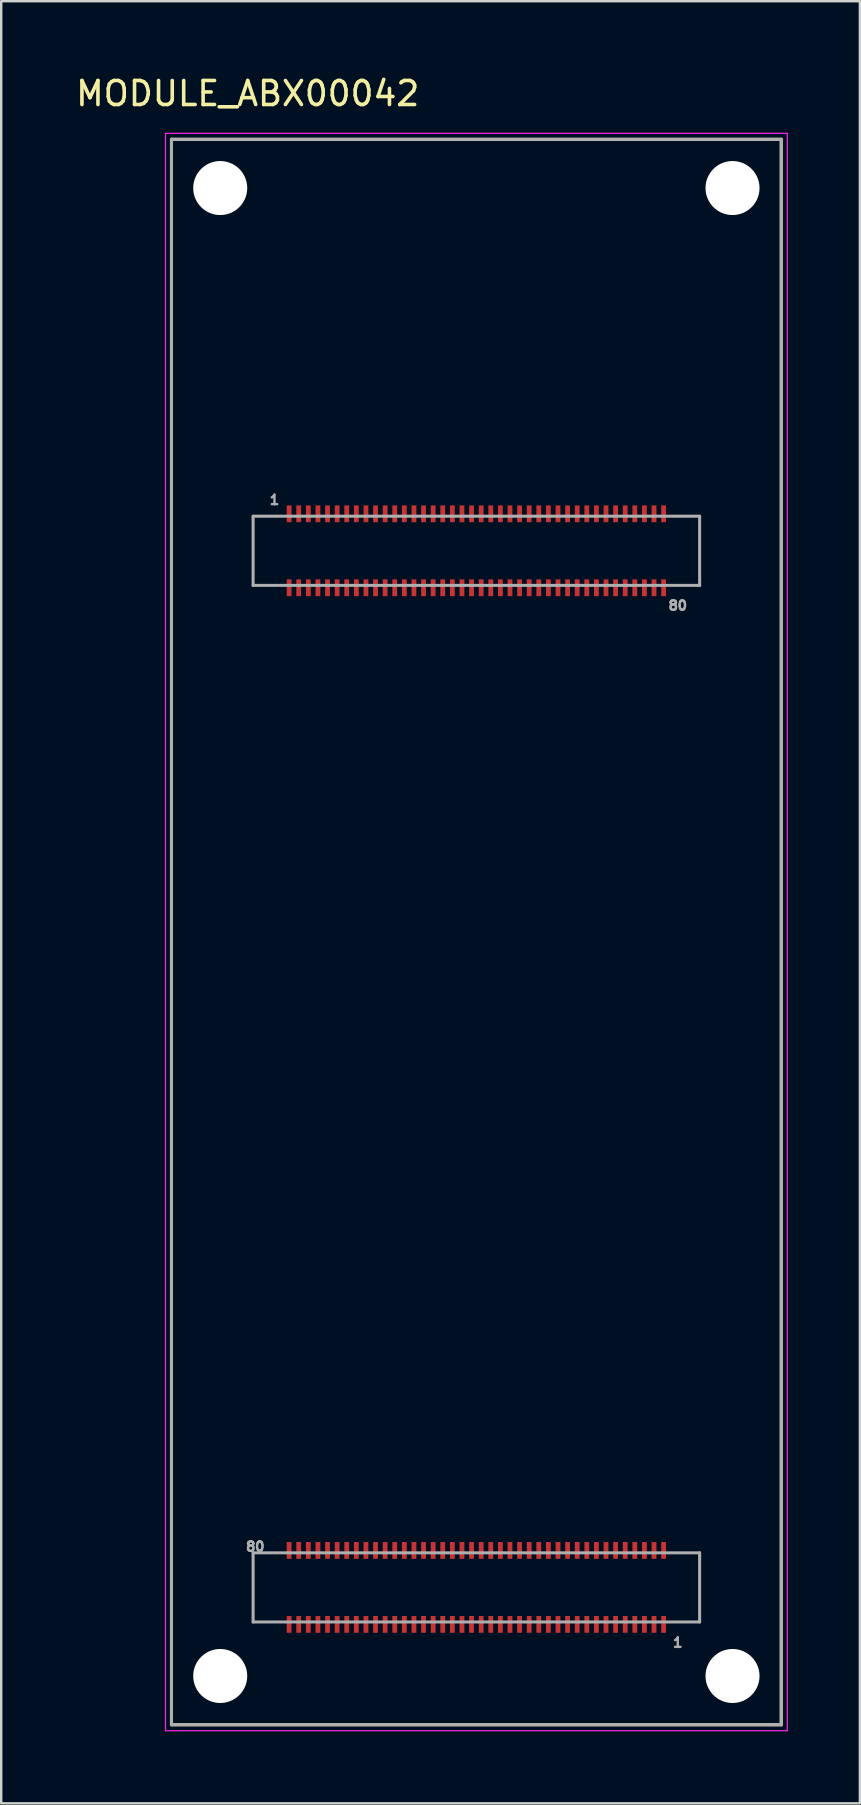
<source format=kicad_pcb>
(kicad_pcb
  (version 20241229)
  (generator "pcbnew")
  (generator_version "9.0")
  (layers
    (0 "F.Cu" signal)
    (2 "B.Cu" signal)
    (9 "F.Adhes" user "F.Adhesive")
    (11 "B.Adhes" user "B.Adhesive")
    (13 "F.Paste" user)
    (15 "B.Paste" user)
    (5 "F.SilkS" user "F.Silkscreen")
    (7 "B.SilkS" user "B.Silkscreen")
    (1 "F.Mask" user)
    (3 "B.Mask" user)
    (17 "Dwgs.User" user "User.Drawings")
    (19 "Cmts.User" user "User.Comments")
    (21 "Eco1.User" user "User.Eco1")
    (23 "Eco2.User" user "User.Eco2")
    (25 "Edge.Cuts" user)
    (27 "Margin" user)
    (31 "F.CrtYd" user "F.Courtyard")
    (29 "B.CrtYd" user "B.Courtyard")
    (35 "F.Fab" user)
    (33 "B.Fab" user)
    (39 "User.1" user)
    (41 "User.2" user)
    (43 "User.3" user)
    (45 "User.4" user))
  (footprint "MODULE_ABX00042"
    (layer "F.Cu")
    (at 16.793 35.773)
    (property "Reference" "MODULE_ABX00042" (at -9.525 -34.925 0) (layer "F.SilkS") (effects (font (size 1 1) (thickness 0.15))))
    (attr smd)
    (fp_line (start -12.7 -33.02) (end -12.7 33.02) (stroke (width 0.127) (type solid)) (layer "F.SilkS"))
    (fp_line (start -12.7 33.02) (end 12.7 33.02) (stroke (width 0.127) (type solid)) (layer "F.SilkS"))
    (fp_line (start 12.7 -33.02) (end -12.7 -33.02) (stroke (width 0.127) (type solid)) (layer "F.SilkS"))
    (fp_line (start 12.7 33.02) (end 12.7 -33.02) (stroke (width 0.127) (type solid)) (layer "F.SilkS"))
    (fp_line (start -12.95 -33.27) (end -12.95 33.27) (stroke (width 0.05) (type solid)) (layer "F.CrtYd"))
    (fp_line (start -12.95 33.27) (end 12.95 33.27) (stroke (width 0.05) (type solid)) (layer "F.CrtYd"))
    (fp_line (start 12.95 -33.27) (end -12.95 -33.27) (stroke (width 0.05) (type solid)) (layer "F.CrtYd"))
    (fp_line (start 12.95 33.27) (end 12.95 -33.27) (stroke (width 0.05) (type solid)) (layer "F.CrtYd"))
    (fp_line (start -12.7 -33.02) (end -12.7 33.02) (stroke (width 0.127) (type solid)) (layer "F.Fab"))
    (fp_line (start -12.7 33.02) (end 12.7 33.02) (stroke (width 0.127) (type solid)) (layer "F.Fab"))
    (fp_line (start -9.3 -17.32) (end -9.3 -14.44) (stroke (width 0.127) (type solid)) (layer "F.Fab"))
    (fp_line (start -9.3 -14.44) (end 9.3 -14.44) (stroke (width 0.127) (type solid)) (layer "F.Fab"))
    (fp_line (start -9.3 25.86) (end -9.3 28.74) (stroke (width 0.127) (type solid)) (layer "F.Fab"))
    (fp_line (start -9.3 28.74) (end 9.3 28.74) (stroke (width 0.127) (type solid)) (layer "F.Fab"))
    (fp_line (start 9.3 -17.32) (end -9.3 -17.32) (stroke (width 0.127) (type solid)) (layer "F.Fab"))
    (fp_line (start 9.3 -14.44) (end 9.3 -17.32) (stroke (width 0.127) (type solid)) (layer "F.Fab"))
    (fp_line (start 9.3 25.86) (end -9.3 25.86) (stroke (width 0.127) (type solid)) (layer "F.Fab"))
    (fp_line (start 9.3 28.74) (end 9.3 25.86) (stroke (width 0.127) (type solid)) (layer "F.Fab"))
    (fp_line (start 12.7 -33.02) (end -12.7 -33.02) (stroke (width 0.127) (type solid)) (layer "F.Fab"))
    (fp_line (start 12.7 33.02) (end 12.7 -33.02) (stroke (width 0.127) (type solid)) (layer "F.Fab"))
    (fp_text user "1" (at 8.39 29.6 0) (layer "F.Fab") (effects (font (size 0.394 0.394) (thickness 0.15))))
    (fp_text user "80" (at 8.39 -13.6 0) (layer "F.Fab") (effects (font (size 0.394 0.394) (thickness 0.15))))
    (fp_text user "1" (at -8.41 -18 0) (layer "F.Fab") (effects (font (size 0.394 0.394) (thickness 0.15))))
    (fp_text user "80" (at -9.21 25.6 0) (layer "F.Fab") (effects (font (size 0.394 0.394) (thickness 0.15))))
    (pad "" np_thru_hole circle (at -10.67 -30.99) (size 2.25 2.25) (drill 2.25) (layers "*.Cu" "*.Mask"))
    (pad "" np_thru_hole circle (at -10.67 30.99) (size 2.25 2.25) (drill 2.25) (layers "*.Cu" "*.Mask"))
    (pad "" np_thru_hole circle (at 10.67 -30.99) (size 2.25 2.25) (drill 2.25) (layers "*.Cu" "*.Mask"))
    (pad "" np_thru_hole circle (at 10.67 30.99) (size 2.25 2.25) (drill 2.25) (layers "*.Cu" "*.Mask"))
    (pad "J1_1" smd rect (at -7.8 -17.42) (size 0.2 0.7) (layers "F.Cu" "F.Mask" "F.Paste"))
    (pad "J1_2" smd rect (at -7.8 -14.34) (size 0.2 0.7) (layers "F.Cu" "F.Mask" "F.Paste"))
    (pad "J1_3" smd rect (at -7.4 -17.42) (size 0.2 0.7) (layers "F.Cu" "F.Mask" "F.Paste"))
    (pad "J1_4" smd rect (at -7.4 -14.34) (size 0.2 0.7) (layers "F.Cu" "F.Mask" "F.Paste"))
    (pad "J1_5" smd rect (at -7 -17.42) (size 0.2 0.7) (layers "F.Cu" "F.Mask" "F.Paste"))
    (pad "J1_6" smd rect (at -7 -14.34) (size 0.2 0.7) (layers "F.Cu" "F.Mask" "F.Paste"))
    (pad "J1_7" smd rect (at -6.6 -17.42) (size 0.2 0.7) (layers "F.Cu" "F.Mask" "F.Paste"))
    (pad "J1_8" smd rect (at -6.6 -14.34) (size 0.2 0.7) (layers "F.Cu" "F.Mask" "F.Paste"))
    (pad "J1_9" smd rect (at -6.2 -17.42) (size 0.2 0.7) (layers "F.Cu" "F.Mask" "F.Paste"))
    (pad "J1_10" smd rect (at -6.2 -14.34) (size 0.2 0.7) (layers "F.Cu" "F.Mask" "F.Paste"))
    (pad "J1_11" smd rect (at -5.8 -17.42) (size 0.2 0.7) (layers "F.Cu" "F.Mask" "F.Paste"))
    (pad "J1_12" smd rect (at -5.8 -14.34) (size 0.2 0.7) (layers "F.Cu" "F.Mask" "F.Paste"))
    (pad "J1_13" smd rect (at -5.4 -17.42) (size 0.2 0.7) (layers "F.Cu" "F.Mask" "F.Paste"))
    (pad "J1_14" smd rect (at -5.4 -14.34) (size 0.2 0.7) (layers "F.Cu" "F.Mask" "F.Paste"))
    (pad "J1_15" smd rect (at -5 -17.42) (size 0.2 0.7) (layers "F.Cu" "F.Mask" "F.Paste"))
    (pad "J1_16" smd rect (at -5 -14.34) (size 0.2 0.7) (layers "F.Cu" "F.Mask" "F.Paste"))
    (pad "J1_17" smd rect (at -4.6 -17.42) (size 0.2 0.7) (layers "F.Cu" "F.Mask" "F.Paste"))
    (pad "J1_18" smd rect (at -4.6 -14.34) (size 0.2 0.7) (layers "F.Cu" "F.Mask" "F.Paste"))
    (pad "J1_19" smd rect (at -4.2 -17.42) (size 0.2 0.7) (layers "F.Cu" "F.Mask" "F.Paste"))
    (pad "J1_20" smd rect (at -4.2 -14.34) (size 0.2 0.7) (layers "F.Cu" "F.Mask" "F.Paste"))
    (pad "J1_21" smd rect (at -3.8 -17.42) (size 0.2 0.7) (layers "F.Cu" "F.Mask" "F.Paste"))
    (pad "J1_22" smd rect (at -3.8 -14.34) (size 0.2 0.7) (layers "F.Cu" "F.Mask" "F.Paste"))
    (pad "J1_23" smd rect (at -3.4 -17.42) (size 0.2 0.7) (layers "F.Cu" "F.Mask" "F.Paste"))
    (pad "J1_24" smd rect (at -3.4 -14.34) (size 0.2 0.7) (layers "F.Cu" "F.Mask" "F.Paste"))
    (pad "J1_25" smd rect (at -3 -17.42) (size 0.2 0.7) (layers "F.Cu" "F.Mask" "F.Paste"))
    (pad "J1_26" smd rect (at -3 -14.34) (size 0.2 0.7) (layers "F.Cu" "F.Mask" "F.Paste"))
    (pad "J1_27" smd rect (at -2.6 -17.42) (size 0.2 0.7) (layers "F.Cu" "F.Mask" "F.Paste"))
    (pad "J1_28" smd rect (at -2.6 -14.34) (size 0.2 0.7) (layers "F.Cu" "F.Mask" "F.Paste"))
    (pad "J1_29" smd rect (at -2.2 -17.42) (size 0.2 0.7) (layers "F.Cu" "F.Mask" "F.Paste"))
    (pad "J1_30" smd rect (at -2.2 -14.34) (size 0.2 0.7) (layers "F.Cu" "F.Mask" "F.Paste"))
    (pad "J1_31" smd rect (at -1.8 -17.42) (size 0.2 0.7) (layers "F.Cu" "F.Mask" "F.Paste"))
    (pad "J1_32" smd rect (at -1.8 -14.34) (size 0.2 0.7) (layers "F.Cu" "F.Mask" "F.Paste"))
    (pad "J1_33" smd rect (at -1.4 -17.42) (size 0.2 0.7) (layers "F.Cu" "F.Mask" "F.Paste"))
    (pad "J1_34" smd rect (at -1.4 -14.34) (size 0.2 0.7) (layers "F.Cu" "F.Mask" "F.Paste"))
    (pad "J1_35" smd rect (at -1 -17.42) (size 0.2 0.7) (layers "F.Cu" "F.Mask" "F.Paste"))
    (pad "J1_36" smd rect (at -1 -14.34) (size 0.2 0.7) (layers "F.Cu" "F.Mask" "F.Paste"))
    (pad "J1_37" smd rect (at -0.6 -17.42) (size 0.2 0.7) (layers "F.Cu" "F.Mask" "F.Paste"))
    (pad "J1_38" smd rect (at -0.6 -14.34) (size 0.2 0.7) (layers "F.Cu" "F.Mask" "F.Paste"))
    (pad "J1_39" smd rect (at -0.2 -17.42) (size 0.2 0.7) (layers "F.Cu" "F.Mask" "F.Paste"))
    (pad "J1_40" smd rect (at -0.2 -14.34) (size 0.2 0.7) (layers "F.Cu" "F.Mask" "F.Paste"))
    (pad "J1_41" smd rect (at 0.2 -17.42) (size 0.2 0.7) (layers "F.Cu" "F.Mask" "F.Paste"))
    (pad "J1_42" smd rect (at 0.2 -14.34) (size 0.2 0.7) (layers "F.Cu" "F.Mask" "F.Paste"))
    (pad "J1_43" smd rect (at 0.6 -17.42) (size 0.2 0.7) (layers "F.Cu" "F.Mask" "F.Paste"))
    (pad "J1_44" smd rect (at 0.6 -14.34) (size 0.2 0.7) (layers "F.Cu" "F.Mask" "F.Paste"))
    (pad "J1_45" smd rect (at 1 -17.42) (size 0.2 0.7) (layers "F.Cu" "F.Mask" "F.Paste"))
    (pad "J1_46" smd rect (at 1 -14.34) (size 0.2 0.7) (layers "F.Cu" "F.Mask" "F.Paste"))
    (pad "J1_47" smd rect (at 1.4 -17.42) (size 0.2 0.7) (layers "F.Cu" "F.Mask" "F.Paste"))
    (pad "J1_48" smd rect (at 1.4 -14.34) (size 0.2 0.7) (layers "F.Cu" "F.Mask" "F.Paste"))
    (pad "J1_49" smd rect (at 1.8 -17.42) (size 0.2 0.7) (layers "F.Cu" "F.Mask" "F.Paste"))
    (pad "J1_50" smd rect (at 1.8 -14.34) (size 0.2 0.7) (layers "F.Cu" "F.Mask" "F.Paste"))
    (pad "J1_51" smd rect (at 2.2 -17.42) (size 0.2 0.7) (layers "F.Cu" "F.Mask" "F.Paste"))
    (pad "J1_52" smd rect (at 2.2 -14.34) (size 0.2 0.7) (layers "F.Cu" "F.Mask" "F.Paste"))
    (pad "J1_53" smd rect (at 2.6 -17.42) (size 0.2 0.7) (layers "F.Cu" "F.Mask" "F.Paste"))
    (pad "J1_54" smd rect (at 2.6 -14.34) (size 0.2 0.7) (layers "F.Cu" "F.Mask" "F.Paste"))
    (pad "J1_55" smd rect (at 3 -17.42) (size 0.2 0.7) (layers "F.Cu" "F.Mask" "F.Paste"))
    (pad "J1_56" smd rect (at 3 -14.34) (size 0.2 0.7) (layers "F.Cu" "F.Mask" "F.Paste"))
    (pad "J1_57" smd rect (at 3.4 -17.42) (size 0.2 0.7) (layers "F.Cu" "F.Mask" "F.Paste"))
    (pad "J1_58" smd rect (at 3.4 -14.34) (size 0.2 0.7) (layers "F.Cu" "F.Mask" "F.Paste"))
    (pad "J1_59" smd rect (at 3.8 -17.42) (size 0.2 0.7) (layers "F.Cu" "F.Mask" "F.Paste"))
    (pad "J1_60" smd rect (at 3.8 -14.34) (size 0.2 0.7) (layers "F.Cu" "F.Mask" "F.Paste"))
    (pad "J1_61" smd rect (at 4.2 -17.42) (size 0.2 0.7) (layers "F.Cu" "F.Mask" "F.Paste"))
    (pad "J1_62" smd rect (at 4.2 -14.34) (size 0.2 0.7) (layers "F.Cu" "F.Mask" "F.Paste"))
    (pad "J1_63" smd rect (at 4.6 -17.42) (size 0.2 0.7) (layers "F.Cu" "F.Mask" "F.Paste"))
    (pad "J1_64" smd rect (at 4.6 -14.34) (size 0.2 0.7) (layers "F.Cu" "F.Mask" "F.Paste"))
    (pad "J1_65" smd rect (at 5 -17.42) (size 0.2 0.7) (layers "F.Cu" "F.Mask" "F.Paste"))
    (pad "J1_66" smd rect (at 5 -14.34) (size 0.2 0.7) (layers "F.Cu" "F.Mask" "F.Paste"))
    (pad "J1_67" smd rect (at 5.4 -17.42) (size 0.2 0.7) (layers "F.Cu" "F.Mask" "F.Paste"))
    (pad "J1_68" smd rect (at 5.4 -14.34) (size 0.2 0.7) (layers "F.Cu" "F.Mask" "F.Paste"))
    (pad "J1_69" smd rect (at 5.8 -17.42) (size 0.2 0.7) (layers "F.Cu" "F.Mask" "F.Paste"))
    (pad "J1_70" smd rect (at 5.8 -14.34) (size 0.2 0.7) (layers "F.Cu" "F.Mask" "F.Paste"))
    (pad "J1_71" smd rect (at 6.2 -17.42) (size 0.2 0.7) (layers "F.Cu" "F.Mask" "F.Paste"))
    (pad "J1_72" smd rect (at 6.2 -14.34) (size 0.2 0.7) (layers "F.Cu" "F.Mask" "F.Paste"))
    (pad "J1_73" smd rect (at 6.6 -17.42) (size 0.2 0.7) (layers "F.Cu" "F.Mask" "F.Paste"))
    (pad "J1_74" smd rect (at 6.6 -14.34) (size 0.2 0.7) (layers "F.Cu" "F.Mask" "F.Paste"))
    (pad "J1_75" smd rect (at 7 -17.42) (size 0.2 0.7) (layers "F.Cu" "F.Mask" "F.Paste"))
    (pad "J1_76" smd rect (at 7 -14.34) (size 0.2 0.7) (layers "F.Cu" "F.Mask" "F.Paste"))
    (pad "J1_77" smd rect (at 7.4 -17.42) (size 0.2 0.7) (layers "F.Cu" "F.Mask" "F.Paste"))
    (pad "J1_78" smd rect (at 7.4 -14.34) (size 0.2 0.7) (layers "F.Cu" "F.Mask" "F.Paste"))
    (pad "J1_79" smd rect (at 7.8 -17.42) (size 0.2 0.7) (layers "F.Cu" "F.Mask" "F.Paste"))
    (pad "J1_80" smd rect (at 7.8 -14.34) (size 0.2 0.7) (layers "F.Cu" "F.Mask" "F.Paste"))
    (pad "J2_1" smd rect (at 7.8 28.84) (size 0.2 0.7) (layers "F.Cu" "F.Mask" "F.Paste"))
    (pad "J2_2" smd rect (at 7.8 25.76) (size 0.2 0.7) (layers "F.Cu" "F.Mask" "F.Paste"))
    (pad "J2_3" smd rect (at 7.4 28.84) (size 0.2 0.7) (layers "F.Cu" "F.Mask" "F.Paste"))
    (pad "J2_4" smd rect (at 7.4 25.76) (size 0.2 0.7) (layers "F.Cu" "F.Mask" "F.Paste"))
    (pad "J2_5" smd rect (at 7 28.84) (size 0.2 0.7) (layers "F.Cu" "F.Mask" "F.Paste"))
    (pad "J2_6" smd rect (at 7 25.76) (size 0.2 0.7) (layers "F.Cu" "F.Mask" "F.Paste"))
    (pad "J2_7" smd rect (at 6.6 28.84) (size 0.2 0.7) (layers "F.Cu" "F.Mask" "F.Paste"))
    (pad "J2_8" smd rect (at 6.6 25.76) (size 0.2 0.7) (layers "F.Cu" "F.Mask" "F.Paste"))
    (pad "J2_9" smd rect (at 6.2 28.84) (size 0.2 0.7) (layers "F.Cu" "F.Mask" "F.Paste"))
    (pad "J2_10" smd rect (at 6.2 25.76) (size 0.2 0.7) (layers "F.Cu" "F.Mask" "F.Paste"))
    (pad "J2_11" smd rect (at 5.8 28.84) (size 0.2 0.7) (layers "F.Cu" "F.Mask" "F.Paste"))
    (pad "J2_12" smd rect (at 5.8 25.76) (size 0.2 0.7) (layers "F.Cu" "F.Mask" "F.Paste"))
    (pad "J2_13" smd rect (at 5.4 28.84) (size 0.2 0.7) (layers "F.Cu" "F.Mask" "F.Paste"))
    (pad "J2_14" smd rect (at 5.4 25.76) (size 0.2 0.7) (layers "F.Cu" "F.Mask" "F.Paste"))
    (pad "J2_15" smd rect (at 5 28.84) (size 0.2 0.7) (layers "F.Cu" "F.Mask" "F.Paste"))
    (pad "J2_16" smd rect (at 5 25.76) (size 0.2 0.7) (layers "F.Cu" "F.Mask" "F.Paste"))
    (pad "J2_17" smd rect (at 4.6 28.84) (size 0.2 0.7) (layers "F.Cu" "F.Mask" "F.Paste"))
    (pad "J2_18" smd rect (at 4.6 25.76) (size 0.2 0.7) (layers "F.Cu" "F.Mask" "F.Paste"))
    (pad "J2_19" smd rect (at 4.2 28.84) (size 0.2 0.7) (layers "F.Cu" "F.Mask" "F.Paste"))
    (pad "J2_20" smd rect (at 4.2 25.76) (size 0.2 0.7) (layers "F.Cu" "F.Mask" "F.Paste"))
    (pad "J2_21" smd rect (at 3.8 28.84) (size 0.2 0.7) (layers "F.Cu" "F.Mask" "F.Paste"))
    (pad "J2_22" smd rect (at 3.8 25.76) (size 0.2 0.7) (layers "F.Cu" "F.Mask" "F.Paste"))
    (pad "J2_23" smd rect (at 3.4 28.84) (size 0.2 0.7) (layers "F.Cu" "F.Mask" "F.Paste"))
    (pad "J2_24" smd rect (at 3.4 25.76) (size 0.2 0.7) (layers "F.Cu" "F.Mask" "F.Paste"))
    (pad "J2_25" smd rect (at 3 28.84) (size 0.2 0.7) (layers "F.Cu" "F.Mask" "F.Paste"))
    (pad "J2_26" smd rect (at 3 25.76) (size 0.2 0.7) (layers "F.Cu" "F.Mask" "F.Paste"))
    (pad "J2_27" smd rect (at 2.6 28.84) (size 0.2 0.7) (layers "F.Cu" "F.Mask" "F.Paste"))
    (pad "J2_28" smd rect (at 2.6 25.76) (size 0.2 0.7) (layers "F.Cu" "F.Mask" "F.Paste"))
    (pad "J2_29" smd rect (at 2.2 28.84) (size 0.2 0.7) (layers "F.Cu" "F.Mask" "F.Paste"))
    (pad "J2_30" smd rect (at 2.2 25.76) (size 0.2 0.7) (layers "F.Cu" "F.Mask" "F.Paste"))
    (pad "J2_31" smd rect (at 1.8 28.84) (size 0.2 0.7) (layers "F.Cu" "F.Mask" "F.Paste"))
    (pad "J2_32" smd rect (at 1.8 25.76) (size 0.2 0.7) (layers "F.Cu" "F.Mask" "F.Paste"))
    (pad "J2_33" smd rect (at 1.4 28.84) (size 0.2 0.7) (layers "F.Cu" "F.Mask" "F.Paste"))
    (pad "J2_34" smd rect (at 1.4 25.76) (size 0.2 0.7) (layers "F.Cu" "F.Mask" "F.Paste"))
    (pad "J2_35" smd rect (at 1 28.84) (size 0.2 0.7) (layers "F.Cu" "F.Mask" "F.Paste"))
    (pad "J2_36" smd rect (at 1 25.76) (size 0.2 0.7) (layers "F.Cu" "F.Mask" "F.Paste"))
    (pad "J2_37" smd rect (at 0.6 28.84) (size 0.2 0.7) (layers "F.Cu" "F.Mask" "F.Paste"))
    (pad "J2_38" smd rect (at 0.6 25.76) (size 0.2 0.7) (layers "F.Cu" "F.Mask" "F.Paste"))
    (pad "J2_39" smd rect (at 0.2 28.84) (size 0.2 0.7) (layers "F.Cu" "F.Mask" "F.Paste"))
    (pad "J2_40" smd rect (at 0.2 25.76) (size 0.2 0.7) (layers "F.Cu" "F.Mask" "F.Paste"))
    (pad "J2_41" smd rect (at -0.2 28.84) (size 0.2 0.7) (layers "F.Cu" "F.Mask" "F.Paste"))
    (pad "J2_42" smd rect (at -0.2 25.76) (size 0.2 0.7) (layers "F.Cu" "F.Mask" "F.Paste"))
    (pad "J2_43" smd rect (at -0.6 28.84) (size 0.2 0.7) (layers "F.Cu" "F.Mask" "F.Paste"))
    (pad "J2_44" smd rect (at -0.6 25.76) (size 0.2 0.7) (layers "F.Cu" "F.Mask" "F.Paste"))
    (pad "J2_45" smd rect (at -1 28.84) (size 0.2 0.7) (layers "F.Cu" "F.Mask" "F.Paste"))
    (pad "J2_46" smd rect (at -1 25.76) (size 0.2 0.7) (layers "F.Cu" "F.Mask" "F.Paste"))
    (pad "J2_47" smd rect (at -1.4 28.84) (size 0.2 0.7) (layers "F.Cu" "F.Mask" "F.Paste"))
    (pad "J2_48" smd rect (at -1.4 25.76) (size 0.2 0.7) (layers "F.Cu" "F.Mask" "F.Paste"))
    (pad "J2_49" smd rect (at -1.8 28.84) (size 0.2 0.7) (layers "F.Cu" "F.Mask" "F.Paste"))
    (pad "J2_50" smd rect (at -1.8 25.76) (size 0.2 0.7) (layers "F.Cu" "F.Mask" "F.Paste"))
    (pad "J2_51" smd rect (at -2.2 28.84) (size 0.2 0.7) (layers "F.Cu" "F.Mask" "F.Paste"))
    (pad "J2_52" smd rect (at -2.2 25.76) (size 0.2 0.7) (layers "F.Cu" "F.Mask" "F.Paste"))
    (pad "J2_53" smd rect (at -2.6 28.84) (size 0.2 0.7) (layers "F.Cu" "F.Mask" "F.Paste"))
    (pad "J2_54" smd rect (at -2.6 25.76) (size 0.2 0.7) (layers "F.Cu" "F.Mask" "F.Paste"))
    (pad "J2_55" smd rect (at -3 28.84) (size 0.2 0.7) (layers "F.Cu" "F.Mask" "F.Paste"))
    (pad "J2_56" smd rect (at -3 25.76) (size 0.2 0.7) (layers "F.Cu" "F.Mask" "F.Paste"))
    (pad "J2_57" smd rect (at -3.4 28.84) (size 0.2 0.7) (layers "F.Cu" "F.Mask" "F.Paste"))
    (pad "J2_58" smd rect (at -3.4 25.76) (size 0.2 0.7) (layers "F.Cu" "F.Mask" "F.Paste"))
    (pad "J2_59" smd rect (at -3.8 28.84) (size 0.2 0.7) (layers "F.Cu" "F.Mask" "F.Paste"))
    (pad "J2_60" smd rect (at -3.8 25.76) (size 0.2 0.7) (layers "F.Cu" "F.Mask" "F.Paste"))
    (pad "J2_61" smd rect (at -4.2 28.84) (size 0.2 0.7) (layers "F.Cu" "F.Mask" "F.Paste"))
    (pad "J2_62" smd rect (at -4.2 25.76) (size 0.2 0.7) (layers "F.Cu" "F.Mask" "F.Paste"))
    (pad "J2_63" smd rect (at -4.6 28.84) (size 0.2 0.7) (layers "F.Cu" "F.Mask" "F.Paste"))
    (pad "J2_64" smd rect (at -4.6 25.76) (size 0.2 0.7) (layers "F.Cu" "F.Mask" "F.Paste"))
    (pad "J2_65" smd rect (at -5 28.84) (size 0.2 0.7) (layers "F.Cu" "F.Mask" "F.Paste"))
    (pad "J2_66" smd rect (at -5 25.76) (size 0.2 0.7) (layers "F.Cu" "F.Mask" "F.Paste"))
    (pad "J2_67" smd rect (at -5.4 28.84) (size 0.2 0.7) (layers "F.Cu" "F.Mask" "F.Paste"))
    (pad "J2_68" smd rect (at -5.4 25.76) (size 0.2 0.7) (layers "F.Cu" "F.Mask" "F.Paste"))
    (pad "J2_69" smd rect (at -5.8 28.84) (size 0.2 0.7) (layers "F.Cu" "F.Mask" "F.Paste"))
    (pad "J2_70" smd rect (at -5.8 25.76) (size 0.2 0.7) (layers "F.Cu" "F.Mask" "F.Paste"))
    (pad "J2_71" smd rect (at -6.2 28.84) (size 0.2 0.7) (layers "F.Cu" "F.Mask" "F.Paste"))
    (pad "J2_72" smd rect (at -6.2 25.76) (size 0.2 0.7) (layers "F.Cu" "F.Mask" "F.Paste"))
    (pad "J2_73" smd rect (at -6.6 28.84) (size 0.2 0.7) (layers "F.Cu" "F.Mask" "F.Paste"))
    (pad "J2_74" smd rect (at -6.6 25.76) (size 0.2 0.7) (layers "F.Cu" "F.Mask" "F.Paste"))
    (pad "J2_75" smd rect (at -7 28.84) (size 0.2 0.7) (layers "F.Cu" "F.Mask" "F.Paste"))
    (pad "J2_76" smd rect (at -7 25.76) (size 0.2 0.7) (layers "F.Cu" "F.Mask" "F.Paste"))
    (pad "J2_77" smd rect (at -7.4 28.84) (size 0.2 0.7) (layers "F.Cu" "F.Mask" "F.Paste"))
    (pad "J2_78" smd rect (at -7.4 25.76) (size 0.2 0.7) (layers "F.Cu" "F.Mask" "F.Paste"))
    (pad "J2_79" smd rect (at -7.8 28.84) (size 0.2 0.7) (layers "F.Cu" "F.Mask" "F.Paste"))
    (pad "J2_80" smd rect (at -7.8 25.76) (size 0.2 0.7) (layers "F.Cu" "F.Mask" "F.Paste"))
    (zone (net_name "") (layer "F.Cu") (hatch full 0.508) (connect_pads) (min_thickness 0.01) (filled_areas_thickness no) (keepout (tracks not_allowed) (vias not_allowed) (pads not_allowed) (copperpour not_allowed) (footprints allowed)) (placement (enabled no)) (fill) (polygon (pts (xy 8.893 18.703) (xy 9.093 18.703) (xy 9.093 19.143) (xy 8.893 19.143))))
    (zone (net_name "") (layer "F.Cu") (hatch full 0.508) (connect_pads) (min_thickness 0.01) (filled_areas_thickness no) (keepout (tracks not_allowed) (vias not_allowed) (pads not_allowed) (copperpour not_allowed) (footprints allowed)) (placement (enabled no)) (fill) (polygon (pts (xy 8.893 20.643) (xy 9.093 20.643) (xy 9.093 21.083) (xy 8.893 21.083))))
    (zone (net_name "") (layer "F.Cu") (hatch full 0.508) (connect_pads) (min_thickness 0.01) (filled_areas_thickness no) (keepout (tracks not_allowed) (vias not_allowed) (pads not_allowed) (copperpour not_allowed) (footprints allowed)) (placement (enabled no)) (fill) (polygon (pts (xy 8.893 61.883) (xy 9.093 61.883) (xy 9.093 62.323) (xy 8.893 62.323))))
    (zone (net_name "") (layer "F.Cu") (hatch full 0.508) (connect_pads) (min_thickness 0.01) (filled_areas_thickness no) (keepout (tracks not_allowed) (vias not_allowed) (pads not_allowed) (copperpour not_allowed) (footprints allowed)) (placement (enabled no)) (fill) (polygon (pts (xy 8.893 63.823) (xy 9.093 63.823) (xy 9.093 64.263) (xy 8.893 64.263))))
    (zone (net_name "") (layer "F.Cu") (hatch full 0.508) (connect_pads) (min_thickness 0.01) (filled_areas_thickness no) (keepout (tracks not_allowed) (vias not_allowed) (pads not_allowed) (copperpour not_allowed) (footprints allowed)) (placement (enabled no)) (fill) (polygon (pts (xy 9.293 18.703) (xy 9.493 18.703) (xy 9.493 19.143) (xy 9.293 19.143))))
    (zone (net_name "") (layer "F.Cu") (hatch full 0.508) (connect_pads) (min_thickness 0.01) (filled_areas_thickness no) (keepout (tracks not_allowed) (vias not_allowed) (pads not_allowed) (copperpour not_allowed) (footprints allowed)) (placement (enabled no)) (fill) (polygon (pts (xy 9.293 20.643) (xy 9.493 20.643) (xy 9.493 21.083) (xy 9.293 21.083))))
    (zone (net_name "") (layer "F.Cu") (hatch full 0.508) (connect_pads) (min_thickness 0.01) (filled_areas_thickness no) (keepout (tracks not_allowed) (vias not_allowed) (pads not_allowed) (copperpour not_allowed) (footprints allowed)) (placement (enabled no)) (fill) (polygon (pts (xy 9.293 61.883) (xy 9.493 61.883) (xy 9.493 62.323) (xy 9.293 62.323))))
    (zone (net_name "") (layer "F.Cu") (hatch full 0.508) (connect_pads) (min_thickness 0.01) (filled_areas_thickness no) (keepout (tracks not_allowed) (vias not_allowed) (pads not_allowed) (copperpour not_allowed) (footprints allowed)) (placement (enabled no)) (fill) (polygon (pts (xy 9.293 63.823) (xy 9.493 63.823) (xy 9.493 64.263) (xy 9.293 64.263))))
    (zone (net_name "") (layer "F.Cu") (hatch full 0.508) (connect_pads) (min_thickness 0.01) (filled_areas_thickness no) (keepout (tracks not_allowed) (vias not_allowed) (pads not_allowed) (copperpour not_allowed) (footprints allowed)) (placement (enabled no)) (fill) (polygon (pts (xy 9.693 18.703) (xy 9.893 18.703) (xy 9.893 19.143) (xy 9.693 19.143))))
    (zone (net_name "") (layer "F.Cu") (hatch full 0.508) (connect_pads) (min_thickness 0.01) (filled_areas_thickness no) (keepout (tracks not_allowed) (vias not_allowed) (pads not_allowed) (copperpour not_allowed) (footprints allowed)) (placement (enabled no)) (fill) (polygon (pts (xy 9.693 20.643) (xy 9.893 20.643) (xy 9.893 21.083) (xy 9.693 21.083))))
    (zone (net_name "") (layer "F.Cu") (hatch full 0.508) (connect_pads) (min_thickness 0.01) (filled_areas_thickness no) (keepout (tracks not_allowed) (vias not_allowed) (pads not_allowed) (copperpour not_allowed) (footprints allowed)) (placement (enabled no)) (fill) (polygon (pts (xy 9.693 61.883) (xy 9.893 61.883) (xy 9.893 62.323) (xy 9.693 62.323))))
    (zone (net_name "") (layer "F.Cu") (hatch full 0.508) (connect_pads) (min_thickness 0.01) (filled_areas_thickness no) (keepout (tracks not_allowed) (vias not_allowed) (pads not_allowed) (copperpour not_allowed) (footprints allowed)) (placement (enabled no)) (fill) (polygon (pts (xy 9.693 63.823) (xy 9.893 63.823) (xy 9.893 64.263) (xy 9.693 64.263))))
    (zone (net_name "") (layer "F.Cu") (hatch full 0.508) (connect_pads) (min_thickness 0.01) (filled_areas_thickness no) (keepout (tracks not_allowed) (vias not_allowed) (pads not_allowed) (copperpour not_allowed) (footprints allowed)) (placement (enabled no)) (fill) (polygon (pts (xy 10.093 18.703) (xy 10.293 18.703) (xy 10.293 19.143) (xy 10.093 19.143))))
    (zone (net_name "") (layer "F.Cu") (hatch full 0.508) (connect_pads) (min_thickness 0.01) (filled_areas_thickness no) (keepout (tracks not_allowed) (vias not_allowed) (pads not_allowed) (copperpour not_allowed) (footprints allowed)) (placement (enabled no)) (fill) (polygon (pts (xy 10.093 20.643) (xy 10.293 20.643) (xy 10.293 21.083) (xy 10.093 21.083))))
    (zone (net_name "") (layer "F.Cu") (hatch full 0.508) (connect_pads) (min_thickness 0.01) (filled_areas_thickness no) (keepout (tracks not_allowed) (vias not_allowed) (pads not_allowed) (copperpour not_allowed) (footprints allowed)) (placement (enabled no)) (fill) (polygon (pts (xy 10.093 61.883) (xy 10.293 61.883) (xy 10.293 62.323) (xy 10.093 62.323))))
    (zone (net_name "") (layer "F.Cu") (hatch full 0.508) (connect_pads) (min_thickness 0.01) (filled_areas_thickness no) (keepout (tracks not_allowed) (vias not_allowed) (pads not_allowed) (copperpour not_allowed) (footprints allowed)) (placement (enabled no)) (fill) (polygon (pts (xy 10.093 63.823) (xy 10.293 63.823) (xy 10.293 64.263) (xy 10.093 64.263))))
    (zone (net_name "") (layer "F.Cu") (hatch full 0.508) (connect_pads) (min_thickness 0.01) (filled_areas_thickness no) (keepout (tracks not_allowed) (vias not_allowed) (pads not_allowed) (copperpour not_allowed) (footprints allowed)) (placement (enabled no)) (fill) (polygon (pts (xy 10.493 18.703) (xy 10.693 18.703) (xy 10.693 19.143) (xy 10.493 19.143))))
    (zone (net_name "") (layer "F.Cu") (hatch full 0.508) (connect_pads) (min_thickness 0.01) (filled_areas_thickness no) (keepout (tracks not_allowed) (vias not_allowed) (pads not_allowed) (copperpour not_allowed) (footprints allowed)) (placement (enabled no)) (fill) (polygon (pts (xy 10.493 20.643) (xy 10.693 20.643) (xy 10.693 21.083) (xy 10.493 21.083))))
    (zone (net_name "") (layer "F.Cu") (hatch full 0.508) (connect_pads) (min_thickness 0.01) (filled_areas_thickness no) (keepout (tracks not_allowed) (vias not_allowed) (pads not_allowed) (copperpour not_allowed) (footprints allowed)) (placement (enabled no)) (fill) (polygon (pts (xy 10.493 61.883) (xy 10.693 61.883) (xy 10.693 62.323) (xy 10.493 62.323))))
    (zone (net_name "") (layer "F.Cu") (hatch full 0.508) (connect_pads) (min_thickness 0.01) (filled_areas_thickness no) (keepout (tracks not_allowed) (vias not_allowed) (pads not_allowed) (copperpour not_allowed) (footprints allowed)) (placement (enabled no)) (fill) (polygon (pts (xy 10.493 63.823) (xy 10.693 63.823) (xy 10.693 64.263) (xy 10.493 64.263))))
    (zone (net_name "") (layer "F.Cu") (hatch full 0.508) (connect_pads) (min_thickness 0.01) (filled_areas_thickness no) (keepout (tracks not_allowed) (vias not_allowed) (pads not_allowed) (copperpour not_allowed) (footprints allowed)) (placement (enabled no)) (fill) (polygon (pts (xy 10.893 18.703) (xy 11.093 18.703) (xy 11.093 19.143) (xy 10.893 19.143))))
    (zone (net_name "") (layer "F.Cu") (hatch full 0.508) (connect_pads) (min_thickness 0.01) (filled_areas_thickness no) (keepout (tracks not_allowed) (vias not_allowed) (pads not_allowed) (copperpour not_allowed) (footprints allowed)) (placement (enabled no)) (fill) (polygon (pts (xy 10.893 20.643) (xy 11.093 20.643) (xy 11.093 21.083) (xy 10.893 21.083))))
    (zone (net_name "") (layer "F.Cu") (hatch full 0.508) (connect_pads) (min_thickness 0.01) (filled_areas_thickness no) (keepout (tracks not_allowed) (vias not_allowed) (pads not_allowed) (copperpour not_allowed) (footprints allowed)) (placement (enabled no)) (fill) (polygon (pts (xy 10.893 61.883) (xy 11.093 61.883) (xy 11.093 62.323) (xy 10.893 62.323))))
    (zone (net_name "") (layer "F.Cu") (hatch full 0.508) (connect_pads) (min_thickness 0.01) (filled_areas_thickness no) (keepout (tracks not_allowed) (vias not_allowed) (pads not_allowed) (copperpour not_allowed) (footprints allowed)) (placement (enabled no)) (fill) (polygon (pts (xy 10.893 63.823) (xy 11.093 63.823) (xy 11.093 64.263) (xy 10.893 64.263))))
    (zone (net_name "") (layer "F.Cu") (hatch full 0.508) (connect_pads) (min_thickness 0.01) (filled_areas_thickness no) (keepout (tracks not_allowed) (vias not_allowed) (pads not_allowed) (copperpour not_allowed) (footprints allowed)) (placement (enabled no)) (fill) (polygon (pts (xy 11.293 18.703) (xy 11.493 18.703) (xy 11.493 19.143) (xy 11.293 19.143))))
    (zone (net_name "") (layer "F.Cu") (hatch full 0.508) (connect_pads) (min_thickness 0.01) (filled_areas_thickness no) (keepout (tracks not_allowed) (vias not_allowed) (pads not_allowed) (copperpour not_allowed) (footprints allowed)) (placement (enabled no)) (fill) (polygon (pts (xy 11.293 20.643) (xy 11.493 20.643) (xy 11.493 21.083) (xy 11.293 21.083))))
    (zone (net_name "") (layer "F.Cu") (hatch full 0.508) (connect_pads) (min_thickness 0.01) (filled_areas_thickness no) (keepout (tracks not_allowed) (vias not_allowed) (pads not_allowed) (copperpour not_allowed) (footprints allowed)) (placement (enabled no)) (fill) (polygon (pts (xy 11.293 61.883) (xy 11.493 61.883) (xy 11.493 62.323) (xy 11.293 62.323))))
    (zone (net_name "") (layer "F.Cu") (hatch full 0.508) (connect_pads) (min_thickness 0.01) (filled_areas_thickness no) (keepout (tracks not_allowed) (vias not_allowed) (pads not_allowed) (copperpour not_allowed) (footprints allowed)) (placement (enabled no)) (fill) (polygon (pts (xy 11.293 63.823) (xy 11.493 63.823) (xy 11.493 64.263) (xy 11.293 64.263))))
    (zone (net_name "") (layer "F.Cu") (hatch full 0.508) (connect_pads) (min_thickness 0.01) (filled_areas_thickness no) (keepout (tracks not_allowed) (vias not_allowed) (pads not_allowed) (copperpour not_allowed) (footprints allowed)) (placement (enabled no)) (fill) (polygon (pts (xy 11.693 18.703) (xy 11.893 18.703) (xy 11.893 19.143) (xy 11.693 19.143))))
    (zone (net_name "") (layer "F.Cu") (hatch full 0.508) (connect_pads) (min_thickness 0.01) (filled_areas_thickness no) (keepout (tracks not_allowed) (vias not_allowed) (pads not_allowed) (copperpour not_allowed) (footprints allowed)) (placement (enabled no)) (fill) (polygon (pts (xy 11.693 20.643) (xy 11.893 20.643) (xy 11.893 21.083) (xy 11.693 21.083))))
    (zone (net_name "") (layer "F.Cu") (hatch full 0.508) (connect_pads) (min_thickness 0.01) (filled_areas_thickness no) (keepout (tracks not_allowed) (vias not_allowed) (pads not_allowed) (copperpour not_allowed) (footprints allowed)) (placement (enabled no)) (fill) (polygon (pts (xy 11.693 61.883) (xy 11.893 61.883) (xy 11.893 62.323) (xy 11.693 62.323))))
    (zone (net_name "") (layer "F.Cu") (hatch full 0.508) (connect_pads) (min_thickness 0.01) (filled_areas_thickness no) (keepout (tracks not_allowed) (vias not_allowed) (pads not_allowed) (copperpour not_allowed) (footprints allowed)) (placement (enabled no)) (fill) (polygon (pts (xy 11.693 63.823) (xy 11.893 63.823) (xy 11.893 64.263) (xy 11.693 64.263))))
    (zone (net_name "") (layer "F.Cu") (hatch full 0.508) (connect_pads) (min_thickness 0.01) (filled_areas_thickness no) (keepout (tracks not_allowed) (vias not_allowed) (pads not_allowed) (copperpour not_allowed) (footprints allowed)) (placement (enabled no)) (fill) (polygon (pts (xy 12.093 18.703) (xy 12.293 18.703) (xy 12.293 19.143) (xy 12.093 19.143))))
    (zone (net_name "") (layer "F.Cu") (hatch full 0.508) (connect_pads) (min_thickness 0.01) (filled_areas_thickness no) (keepout (tracks not_allowed) (vias not_allowed) (pads not_allowed) (copperpour not_allowed) (footprints allowed)) (placement (enabled no)) (fill) (polygon (pts (xy 12.093 20.643) (xy 12.293 20.643) (xy 12.293 21.083) (xy 12.093 21.083))))
    (zone (net_name "") (layer "F.Cu") (hatch full 0.508) (connect_pads) (min_thickness 0.01) (filled_areas_thickness no) (keepout (tracks not_allowed) (vias not_allowed) (pads not_allowed) (copperpour not_allowed) (footprints allowed)) (placement (enabled no)) (fill) (polygon (pts (xy 12.093 61.883) (xy 12.293 61.883) (xy 12.293 62.323) (xy 12.093 62.323))))
    (zone (net_name "") (layer "F.Cu") (hatch full 0.508) (connect_pads) (min_thickness 0.01) (filled_areas_thickness no) (keepout (tracks not_allowed) (vias not_allowed) (pads not_allowed) (copperpour not_allowed) (footprints allowed)) (placement (enabled no)) (fill) (polygon (pts (xy 12.093 63.823) (xy 12.293 63.823) (xy 12.293 64.263) (xy 12.093 64.263))))
    (zone (net_name "") (layer "F.Cu") (hatch full 0.508) (connect_pads) (min_thickness 0.01) (filled_areas_thickness no) (keepout (tracks not_allowed) (vias not_allowed) (pads not_allowed) (copperpour not_allowed) (footprints allowed)) (placement (enabled no)) (fill) (polygon (pts (xy 12.493 18.703) (xy 12.693 18.703) (xy 12.693 19.143) (xy 12.493 19.143))))
    (zone (net_name "") (layer "F.Cu") (hatch full 0.508) (connect_pads) (min_thickness 0.01) (filled_areas_thickness no) (keepout (tracks not_allowed) (vias not_allowed) (pads not_allowed) (copperpour not_allowed) (footprints allowed)) (placement (enabled no)) (fill) (polygon (pts (xy 12.493 20.643) (xy 12.693 20.643) (xy 12.693 21.083) (xy 12.493 21.083))))
    (zone (net_name "") (layer "F.Cu") (hatch full 0.508) (connect_pads) (min_thickness 0.01) (filled_areas_thickness no) (keepout (tracks not_allowed) (vias not_allowed) (pads not_allowed) (copperpour not_allowed) (footprints allowed)) (placement (enabled no)) (fill) (polygon (pts (xy 12.493 61.883) (xy 12.693 61.883) (xy 12.693 62.323) (xy 12.493 62.323))))
    (zone (net_name "") (layer "F.Cu") (hatch full 0.508) (connect_pads) (min_thickness 0.01) (filled_areas_thickness no) (keepout (tracks not_allowed) (vias not_allowed) (pads not_allowed) (copperpour not_allowed) (footprints allowed)) (placement (enabled no)) (fill) (polygon (pts (xy 12.493 63.823) (xy 12.693 63.823) (xy 12.693 64.263) (xy 12.493 64.263))))
    (zone (net_name "") (layer "F.Cu") (hatch full 0.508) (connect_pads) (min_thickness 0.01) (filled_areas_thickness no) (keepout (tracks not_allowed) (vias not_allowed) (pads not_allowed) (copperpour not_allowed) (footprints allowed)) (placement (enabled no)) (fill) (polygon (pts (xy 12.893 18.703) (xy 13.093 18.703) (xy 13.093 19.143) (xy 12.893 19.143))))
    (zone (net_name "") (layer "F.Cu") (hatch full 0.508) (connect_pads) (min_thickness 0.01) (filled_areas_thickness no) (keepout (tracks not_allowed) (vias not_allowed) (pads not_allowed) (copperpour not_allowed) (footprints allowed)) (placement (enabled no)) (fill) (polygon (pts (xy 12.893 20.643) (xy 13.093 20.643) (xy 13.093 21.083) (xy 12.893 21.083))))
    (zone (net_name "") (layer "F.Cu") (hatch full 0.508) (connect_pads) (min_thickness 0.01) (filled_areas_thickness no) (keepout (tracks not_allowed) (vias not_allowed) (pads not_allowed) (copperpour not_allowed) (footprints allowed)) (placement (enabled no)) (fill) (polygon (pts (xy 12.893 61.883) (xy 13.093 61.883) (xy 13.093 62.323) (xy 12.893 62.323))))
    (zone (net_name "") (layer "F.Cu") (hatch full 0.508) (connect_pads) (min_thickness 0.01) (filled_areas_thickness no) (keepout (tracks not_allowed) (vias not_allowed) (pads not_allowed) (copperpour not_allowed) (footprints allowed)) (placement (enabled no)) (fill) (polygon (pts (xy 12.893 63.823) (xy 13.093 63.823) (xy 13.093 64.263) (xy 12.893 64.263))))
    (zone (net_name "") (layer "F.Cu") (hatch full 0.508) (connect_pads) (min_thickness 0.01) (filled_areas_thickness no) (keepout (tracks not_allowed) (vias not_allowed) (pads not_allowed) (copperpour not_allowed) (footprints allowed)) (placement (enabled no)) (fill) (polygon (pts (xy 13.293 18.703) (xy 13.493 18.703) (xy 13.493 19.143) (xy 13.293 19.143))))
    (zone (net_name "") (layer "F.Cu") (hatch full 0.508) (connect_pads) (min_thickness 0.01) (filled_areas_thickness no) (keepout (tracks not_allowed) (vias not_allowed) (pads not_allowed) (copperpour not_allowed) (footprints allowed)) (placement (enabled no)) (fill) (polygon (pts (xy 13.293 20.643) (xy 13.493 20.643) (xy 13.493 21.083) (xy 13.293 21.083))))
    (zone (net_name "") (layer "F.Cu") (hatch full 0.508) (connect_pads) (min_thickness 0.01) (filled_areas_thickness no) (keepout (tracks not_allowed) (vias not_allowed) (pads not_allowed) (copperpour not_allowed) (footprints allowed)) (placement (enabled no)) (fill) (polygon (pts (xy 13.293 61.883) (xy 13.493 61.883) (xy 13.493 62.323) (xy 13.293 62.323))))
    (zone (net_name "") (layer "F.Cu") (hatch full 0.508) (connect_pads) (min_thickness 0.01) (filled_areas_thickness no) (keepout (tracks not_allowed) (vias not_allowed) (pads not_allowed) (copperpour not_allowed) (footprints allowed)) (placement (enabled no)) (fill) (polygon (pts (xy 13.293 63.823) (xy 13.493 63.823) (xy 13.493 64.263) (xy 13.293 64.263))))
    (zone (net_name "") (layer "F.Cu") (hatch full 0.508) (connect_pads) (min_thickness 0.01) (filled_areas_thickness no) (keepout (tracks not_allowed) (vias not_allowed) (pads not_allowed) (copperpour not_allowed) (footprints allowed)) (placement (enabled no)) (fill) (polygon (pts (xy 13.693 18.703) (xy 13.893 18.703) (xy 13.893 19.143) (xy 13.693 19.143))))
    (zone (net_name "") (layer "F.Cu") (hatch full 0.508) (connect_pads) (min_thickness 0.01) (filled_areas_thickness no) (keepout (tracks not_allowed) (vias not_allowed) (pads not_allowed) (copperpour not_allowed) (footprints allowed)) (placement (enabled no)) (fill) (polygon (pts (xy 13.693 20.643) (xy 13.893 20.643) (xy 13.893 21.083) (xy 13.693 21.083))))
    (zone (net_name "") (layer "F.Cu") (hatch full 0.508) (connect_pads) (min_thickness 0.01) (filled_areas_thickness no) (keepout (tracks not_allowed) (vias not_allowed) (pads not_allowed) (copperpour not_allowed) (footprints allowed)) (placement (enabled no)) (fill) (polygon (pts (xy 13.693 61.883) (xy 13.893 61.883) (xy 13.893 62.323) (xy 13.693 62.323))))
    (zone (net_name "") (layer "F.Cu") (hatch full 0.508) (connect_pads) (min_thickness 0.01) (filled_areas_thickness no) (keepout (tracks not_allowed) (vias not_allowed) (pads not_allowed) (copperpour not_allowed) (footprints allowed)) (placement (enabled no)) (fill) (polygon (pts (xy 13.693 63.823) (xy 13.893 63.823) (xy 13.893 64.263) (xy 13.693 64.263))))
    (zone (net_name "") (layer "F.Cu") (hatch full 0.508) (connect_pads) (min_thickness 0.01) (filled_areas_thickness no) (keepout (tracks not_allowed) (vias not_allowed) (pads not_allowed) (copperpour not_allowed) (footprints allowed)) (placement (enabled no)) (fill) (polygon (pts (xy 14.093 18.703) (xy 14.293 18.703) (xy 14.293 19.143) (xy 14.093 19.143))))
    (zone (net_name "") (layer "F.Cu") (hatch full 0.508) (connect_pads) (min_thickness 0.01) (filled_areas_thickness no) (keepout (tracks not_allowed) (vias not_allowed) (pads not_allowed) (copperpour not_allowed) (footprints allowed)) (placement (enabled no)) (fill) (polygon (pts (xy 14.093 20.643) (xy 14.293 20.643) (xy 14.293 21.083) (xy 14.093 21.083))))
    (zone (net_name "") (layer "F.Cu") (hatch full 0.508) (connect_pads) (min_thickness 0.01) (filled_areas_thickness no) (keepout (tracks not_allowed) (vias not_allowed) (pads not_allowed) (copperpour not_allowed) (footprints allowed)) (placement (enabled no)) (fill) (polygon (pts (xy 14.093 61.883) (xy 14.293 61.883) (xy 14.293 62.323) (xy 14.093 62.323))))
    (zone (net_name "") (layer "F.Cu") (hatch full 0.508) (connect_pads) (min_thickness 0.01) (filled_areas_thickness no) (keepout (tracks not_allowed) (vias not_allowed) (pads not_allowed) (copperpour not_allowed) (footprints allowed)) (placement (enabled no)) (fill) (polygon (pts (xy 14.093 63.823) (xy 14.293 63.823) (xy 14.293 64.263) (xy 14.093 64.263))))
    (zone (net_name "") (layer "F.Cu") (hatch full 0.508) (connect_pads) (min_thickness 0.01) (filled_areas_thickness no) (keepout (tracks not_allowed) (vias not_allowed) (pads not_allowed) (copperpour not_allowed) (footprints allowed)) (placement (enabled no)) (fill) (polygon (pts (xy 14.493 18.703) (xy 14.693 18.703) (xy 14.693 19.143) (xy 14.493 19.143))))
    (zone (net_name "") (layer "F.Cu") (hatch full 0.508) (connect_pads) (min_thickness 0.01) (filled_areas_thickness no) (keepout (tracks not_allowed) (vias not_allowed) (pads not_allowed) (copperpour not_allowed) (footprints allowed)) (placement (enabled no)) (fill) (polygon (pts (xy 14.493 20.643) (xy 14.693 20.643) (xy 14.693 21.083) (xy 14.493 21.083))))
    (zone (net_name "") (layer "F.Cu") (hatch full 0.508) (connect_pads) (min_thickness 0.01) (filled_areas_thickness no) (keepout (tracks not_allowed) (vias not_allowed) (pads not_allowed) (copperpour not_allowed) (footprints allowed)) (placement (enabled no)) (fill) (polygon (pts (xy 14.493 61.883) (xy 14.693 61.883) (xy 14.693 62.323) (xy 14.493 62.323))))
    (zone (net_name "") (layer "F.Cu") (hatch full 0.508) (connect_pads) (min_thickness 0.01) (filled_areas_thickness no) (keepout (tracks not_allowed) (vias not_allowed) (pads not_allowed) (copperpour not_allowed) (footprints allowed)) (placement (enabled no)) (fill) (polygon (pts (xy 14.493 63.823) (xy 14.693 63.823) (xy 14.693 64.263) (xy 14.493 64.263))))
    (zone (net_name "") (layer "F.Cu") (hatch full 0.508) (connect_pads) (min_thickness 0.01) (filled_areas_thickness no) (keepout (tracks not_allowed) (vias not_allowed) (pads not_allowed) (copperpour not_allowed) (footprints allowed)) (placement (enabled no)) (fill) (polygon (pts (xy 14.893 18.703) (xy 15.093 18.703) (xy 15.093 19.143) (xy 14.893 19.143))))
    (zone (net_name "") (layer "F.Cu") (hatch full 0.508) (connect_pads) (min_thickness 0.01) (filled_areas_thickness no) (keepout (tracks not_allowed) (vias not_allowed) (pads not_allowed) (copperpour not_allowed) (footprints allowed)) (placement (enabled no)) (fill) (polygon (pts (xy 14.893 20.643) (xy 15.093 20.643) (xy 15.093 21.083) (xy 14.893 21.083))))
    (zone (net_name "") (layer "F.Cu") (hatch full 0.508) (connect_pads) (min_thickness 0.01) (filled_areas_thickness no) (keepout (tracks not_allowed) (vias not_allowed) (pads not_allowed) (copperpour not_allowed) (footprints allowed)) (placement (enabled no)) (fill) (polygon (pts (xy 14.893 61.883) (xy 15.093 61.883) (xy 15.093 62.323) (xy 14.893 62.323))))
    (zone (net_name "") (layer "F.Cu") (hatch full 0.508) (connect_pads) (min_thickness 0.01) (filled_areas_thickness no) (keepout (tracks not_allowed) (vias not_allowed) (pads not_allowed) (copperpour not_allowed) (footprints allowed)) (placement (enabled no)) (fill) (polygon (pts (xy 14.893 63.823) (xy 15.093 63.823) (xy 15.093 64.263) (xy 14.893 64.263))))
    (zone (net_name "") (layer "F.Cu") (hatch full 0.508) (connect_pads) (min_thickness 0.01) (filled_areas_thickness no) (keepout (tracks not_allowed) (vias not_allowed) (pads not_allowed) (copperpour not_allowed) (footprints allowed)) (placement (enabled no)) (fill) (polygon (pts (xy 15.293 18.703) (xy 15.493 18.703) (xy 15.493 19.143) (xy 15.293 19.143))))
    (zone (net_name "") (layer "F.Cu") (hatch full 0.508) (connect_pads) (min_thickness 0.01) (filled_areas_thickness no) (keepout (tracks not_allowed) (vias not_allowed) (pads not_allowed) (copperpour not_allowed) (footprints allowed)) (placement (enabled no)) (fill) (polygon (pts (xy 15.293 20.643) (xy 15.493 20.643) (xy 15.493 21.083) (xy 15.293 21.083))))
    (zone (net_name "") (layer "F.Cu") (hatch full 0.508) (connect_pads) (min_thickness 0.01) (filled_areas_thickness no) (keepout (tracks not_allowed) (vias not_allowed) (pads not_allowed) (copperpour not_allowed) (footprints allowed)) (placement (enabled no)) (fill) (polygon (pts (xy 15.293 61.883) (xy 15.493 61.883) (xy 15.493 62.323) (xy 15.293 62.323))))
    (zone (net_name "") (layer "F.Cu") (hatch full 0.508) (connect_pads) (min_thickness 0.01) (filled_areas_thickness no) (keepout (tracks not_allowed) (vias not_allowed) (pads not_allowed) (copperpour not_allowed) (footprints allowed)) (placement (enabled no)) (fill) (polygon (pts (xy 15.293 63.823) (xy 15.493 63.823) (xy 15.493 64.263) (xy 15.293 64.263))))
    (zone (net_name "") (layer "F.Cu") (hatch full 0.508) (connect_pads) (min_thickness 0.01) (filled_areas_thickness no) (keepout (tracks not_allowed) (vias not_allowed) (pads not_allowed) (copperpour not_allowed) (footprints allowed)) (placement (enabled no)) (fill) (polygon (pts (xy 15.693 18.703) (xy 15.893 18.703) (xy 15.893 19.143) (xy 15.693 19.143))))
    (zone (net_name "") (layer "F.Cu") (hatch full 0.508) (connect_pads) (min_thickness 0.01) (filled_areas_thickness no) (keepout (tracks not_allowed) (vias not_allowed) (pads not_allowed) (copperpour not_allowed) (footprints allowed)) (placement (enabled no)) (fill) (polygon (pts (xy 15.693 20.643) (xy 15.893 20.643) (xy 15.893 21.083) (xy 15.693 21.083))))
    (zone (net_name "") (layer "F.Cu") (hatch full 0.508) (connect_pads) (min_thickness 0.01) (filled_areas_thickness no) (keepout (tracks not_allowed) (vias not_allowed) (pads not_allowed) (copperpour not_allowed) (footprints allowed)) (placement (enabled no)) (fill) (polygon (pts (xy 15.693 61.883) (xy 15.893 61.883) (xy 15.893 62.323) (xy 15.693 62.323))))
    (zone (net_name "") (layer "F.Cu") (hatch full 0.508) (connect_pads) (min_thickness 0.01) (filled_areas_thickness no) (keepout (tracks not_allowed) (vias not_allowed) (pads not_allowed) (copperpour not_allowed) (footprints allowed)) (placement (enabled no)) (fill) (polygon (pts (xy 15.693 63.823) (xy 15.893 63.823) (xy 15.893 64.263) (xy 15.693 64.263))))
    (zone (net_name "") (layer "F.Cu") (hatch full 0.508) (connect_pads) (min_thickness 0.01) (filled_areas_thickness no) (keepout (tracks not_allowed) (vias not_allowed) (pads not_allowed) (copperpour not_allowed) (footprints allowed)) (placement (enabled no)) (fill) (polygon (pts (xy 16.093 18.703) (xy 16.293 18.703) (xy 16.293 19.143) (xy 16.093 19.143))))
    (zone (net_name "") (layer "F.Cu") (hatch full 0.508) (connect_pads) (min_thickness 0.01) (filled_areas_thickness no) (keepout (tracks not_allowed) (vias not_allowed) (pads not_allowed) (copperpour not_allowed) (footprints allowed)) (placement (enabled no)) (fill) (polygon (pts (xy 16.093 20.643) (xy 16.293 20.643) (xy 16.293 21.083) (xy 16.093 21.083))))
    (zone (net_name "") (layer "F.Cu") (hatch full 0.508) (connect_pads) (min_thickness 0.01) (filled_areas_thickness no) (keepout (tracks not_allowed) (vias not_allowed) (pads not_allowed) (copperpour not_allowed) (footprints allowed)) (placement (enabled no)) (fill) (polygon (pts (xy 16.093 61.883) (xy 16.293 61.883) (xy 16.293 62.323) (xy 16.093 62.323))))
    (zone (net_name "") (layer "F.Cu") (hatch full 0.508) (connect_pads) (min_thickness 0.01) (filled_areas_thickness no) (keepout (tracks not_allowed) (vias not_allowed) (pads not_allowed) (copperpour not_allowed) (footprints allowed)) (placement (enabled no)) (fill) (polygon (pts (xy 16.093 63.823) (xy 16.293 63.823) (xy 16.293 64.263) (xy 16.093 64.263))))
    (zone (net_name "") (layer "F.Cu") (hatch full 0.508) (connect_pads) (min_thickness 0.01) (filled_areas_thickness no) (keepout (tracks not_allowed) (vias not_allowed) (pads not_allowed) (copperpour not_allowed) (footprints allowed)) (placement (enabled no)) (fill) (polygon (pts (xy 16.493 18.703) (xy 16.693 18.703) (xy 16.693 19.143) (xy 16.493 19.143))))
    (zone (net_name "") (layer "F.Cu") (hatch full 0.508) (connect_pads) (min_thickness 0.01) (filled_areas_thickness no) (keepout (tracks not_allowed) (vias not_allowed) (pads not_allowed) (copperpour not_allowed) (footprints allowed)) (placement (enabled no)) (fill) (polygon (pts (xy 16.493 20.643) (xy 16.693 20.643) (xy 16.693 21.083) (xy 16.493 21.083))))
    (zone (net_name "") (layer "F.Cu") (hatch full 0.508) (connect_pads) (min_thickness 0.01) (filled_areas_thickness no) (keepout (tracks not_allowed) (vias not_allowed) (pads not_allowed) (copperpour not_allowed) (footprints allowed)) (placement (enabled no)) (fill) (polygon (pts (xy 16.493 61.883) (xy 16.693 61.883) (xy 16.693 62.323) (xy 16.493 62.323))))
    (zone (net_name "") (layer "F.Cu") (hatch full 0.508) (connect_pads) (min_thickness 0.01) (filled_areas_thickness no) (keepout (tracks not_allowed) (vias not_allowed) (pads not_allowed) (copperpour not_allowed) (footprints allowed)) (placement (enabled no)) (fill) (polygon (pts (xy 16.493 63.823) (xy 16.693 63.823) (xy 16.693 64.263) (xy 16.493 64.263))))
    (zone (net_name "") (layer "F.Cu") (hatch full 0.508) (connect_pads) (min_thickness 0.01) (filled_areas_thickness no) (keepout (tracks not_allowed) (vias not_allowed) (pads not_allowed) (copperpour not_allowed) (footprints allowed)) (placement (enabled no)) (fill) (polygon (pts (xy 16.893 18.703) (xy 17.093 18.703) (xy 17.093 19.143) (xy 16.893 19.143))))
    (zone (net_name "") (layer "F.Cu") (hatch full 0.508) (connect_pads) (min_thickness 0.01) (filled_areas_thickness no) (keepout (tracks not_allowed) (vias not_allowed) (pads not_allowed) (copperpour not_allowed) (footprints allowed)) (placement (enabled no)) (fill) (polygon (pts (xy 16.893 20.643) (xy 17.093 20.643) (xy 17.093 21.083) (xy 16.893 21.083))))
    (zone (net_name "") (layer "F.Cu") (hatch full 0.508) (connect_pads) (min_thickness 0.01) (filled_areas_thickness no) (keepout (tracks not_allowed) (vias not_allowed) (pads not_allowed) (copperpour not_allowed) (footprints allowed)) (placement (enabled no)) (fill) (polygon (pts (xy 16.893 61.883) (xy 17.093 61.883) (xy 17.093 62.323) (xy 16.893 62.323))))
    (zone (net_name "") (layer "F.Cu") (hatch full 0.508) (connect_pads) (min_thickness 0.01) (filled_areas_thickness no) (keepout (tracks not_allowed) (vias not_allowed) (pads not_allowed) (copperpour not_allowed) (footprints allowed)) (placement (enabled no)) (fill) (polygon (pts (xy 16.893 63.823) (xy 17.093 63.823) (xy 17.093 64.263) (xy 16.893 64.263))))
    (zone (net_name "") (layer "F.Cu") (hatch full 0.508) (connect_pads) (min_thickness 0.01) (filled_areas_thickness no) (keepout (tracks not_allowed) (vias not_allowed) (pads not_allowed) (copperpour not_allowed) (footprints allowed)) (placement (enabled no)) (fill) (polygon (pts (xy 17.293 18.703) (xy 17.493 18.703) (xy 17.493 19.143) (xy 17.293 19.143))))
    (zone (net_name "") (layer "F.Cu") (hatch full 0.508) (connect_pads) (min_thickness 0.01) (filled_areas_thickness no) (keepout (tracks not_allowed) (vias not_allowed) (pads not_allowed) (copperpour not_allowed) (footprints allowed)) (placement (enabled no)) (fill) (polygon (pts (xy 17.293 20.643) (xy 17.493 20.643) (xy 17.493 21.083) (xy 17.293 21.083))))
    (zone (net_name "") (layer "F.Cu") (hatch full 0.508) (connect_pads) (min_thickness 0.01) (filled_areas_thickness no) (keepout (tracks not_allowed) (vias not_allowed) (pads not_allowed) (copperpour not_allowed) (footprints allowed)) (placement (enabled no)) (fill) (polygon (pts (xy 17.293 61.883) (xy 17.493 61.883) (xy 17.493 62.323) (xy 17.293 62.323))))
    (zone (net_name "") (layer "F.Cu") (hatch full 0.508) (connect_pads) (min_thickness 0.01) (filled_areas_thickness no) (keepout (tracks not_allowed) (vias not_allowed) (pads not_allowed) (copperpour not_allowed) (footprints allowed)) (placement (enabled no)) (fill) (polygon (pts (xy 17.293 63.823) (xy 17.493 63.823) (xy 17.493 64.263) (xy 17.293 64.263))))
    (zone (net_name "") (layer "F.Cu") (hatch full 0.508) (connect_pads) (min_thickness 0.01) (filled_areas_thickness no) (keepout (tracks not_allowed) (vias not_allowed) (pads not_allowed) (copperpour not_allowed) (footprints allowed)) (placement (enabled no)) (fill) (polygon (pts (xy 17.693 18.703) (xy 17.893 18.703) (xy 17.893 19.143) (xy 17.693 19.143))))
    (zone (net_name "") (layer "F.Cu") (hatch full 0.508) (connect_pads) (min_thickness 0.01) (filled_areas_thickness no) (keepout (tracks not_allowed) (vias not_allowed) (pads not_allowed) (copperpour not_allowed) (footprints allowed)) (placement (enabled no)) (fill) (polygon (pts (xy 17.693 20.643) (xy 17.893 20.643) (xy 17.893 21.083) (xy 17.693 21.083))))
    (zone (net_name "") (layer "F.Cu") (hatch full 0.508) (connect_pads) (min_thickness 0.01) (filled_areas_thickness no) (keepout (tracks not_allowed) (vias not_allowed) (pads not_allowed) (copperpour not_allowed) (footprints allowed)) (placement (enabled no)) (fill) (polygon (pts (xy 17.693 61.883) (xy 17.893 61.883) (xy 17.893 62.323) (xy 17.693 62.323))))
    (zone (net_name "") (layer "F.Cu") (hatch full 0.508) (connect_pads) (min_thickness 0.01) (filled_areas_thickness no) (keepout (tracks not_allowed) (vias not_allowed) (pads not_allowed) (copperpour not_allowed) (footprints allowed)) (placement (enabled no)) (fill) (polygon (pts (xy 17.693 63.823) (xy 17.893 63.823) (xy 17.893 64.263) (xy 17.693 64.263))))
    (zone (net_name "") (layer "F.Cu") (hatch full 0.508) (connect_pads) (min_thickness 0.01) (filled_areas_thickness no) (keepout (tracks not_allowed) (vias not_allowed) (pads not_allowed) (copperpour not_allowed) (footprints allowed)) (placement (enabled no)) (fill) (polygon (pts (xy 18.093 18.703) (xy 18.293 18.703) (xy 18.293 19.143) (xy 18.093 19.143))))
    (zone (net_name "") (layer "F.Cu") (hatch full 0.508) (connect_pads) (min_thickness 0.01) (filled_areas_thickness no) (keepout (tracks not_allowed) (vias not_allowed) (pads not_allowed) (copperpour not_allowed) (footprints allowed)) (placement (enabled no)) (fill) (polygon (pts (xy 18.093 20.643) (xy 18.293 20.643) (xy 18.293 21.083) (xy 18.093 21.083))))
    (zone (net_name "") (layer "F.Cu") (hatch full 0.508) (connect_pads) (min_thickness 0.01) (filled_areas_thickness no) (keepout (tracks not_allowed) (vias not_allowed) (pads not_allowed) (copperpour not_allowed) (footprints allowed)) (placement (enabled no)) (fill) (polygon (pts (xy 18.093 61.883) (xy 18.293 61.883) (xy 18.293 62.323) (xy 18.093 62.323))))
    (zone (net_name "") (layer "F.Cu") (hatch full 0.508) (connect_pads) (min_thickness 0.01) (filled_areas_thickness no) (keepout (tracks not_allowed) (vias not_allowed) (pads not_allowed) (copperpour not_allowed) (footprints allowed)) (placement (enabled no)) (fill) (polygon (pts (xy 18.093 63.823) (xy 18.293 63.823) (xy 18.293 64.263) (xy 18.093 64.263))))
    (zone (net_name "") (layer "F.Cu") (hatch full 0.508) (connect_pads) (min_thickness 0.01) (filled_areas_thickness no) (keepout (tracks not_allowed) (vias not_allowed) (pads not_allowed) (copperpour not_allowed) (footprints allowed)) (placement (enabled no)) (fill) (polygon (pts (xy 18.493 18.703) (xy 18.693 18.703) (xy 18.693 19.143) (xy 18.493 19.143))))
    (zone (net_name "") (layer "F.Cu") (hatch full 0.508) (connect_pads) (min_thickness 0.01) (filled_areas_thickness no) (keepout (tracks not_allowed) (vias not_allowed) (pads not_allowed) (copperpour not_allowed) (footprints allowed)) (placement (enabled no)) (fill) (polygon (pts (xy 18.493 20.643) (xy 18.693 20.643) (xy 18.693 21.083) (xy 18.493 21.083))))
    (zone (net_name "") (layer "F.Cu") (hatch full 0.508) (connect_pads) (min_thickness 0.01) (filled_areas_thickness no) (keepout (tracks not_allowed) (vias not_allowed) (pads not_allowed) (copperpour not_allowed) (footprints allowed)) (placement (enabled no)) (fill) (polygon (pts (xy 18.493 61.883) (xy 18.693 61.883) (xy 18.693 62.323) (xy 18.493 62.323))))
    (zone (net_name "") (layer "F.Cu") (hatch full 0.508) (connect_pads) (min_thickness 0.01) (filled_areas_thickness no) (keepout (tracks not_allowed) (vias not_allowed) (pads not_allowed) (copperpour not_allowed) (footprints allowed)) (placement (enabled no)) (fill) (polygon (pts (xy 18.493 63.823) (xy 18.693 63.823) (xy 18.693 64.263) (xy 18.493 64.263))))
    (zone (net_name "") (layer "F.Cu") (hatch full 0.508) (connect_pads) (min_thickness 0.01) (filled_areas_thickness no) (keepout (tracks not_allowed) (vias not_allowed) (pads not_allowed) (copperpour not_allowed) (footprints allowed)) (placement (enabled no)) (fill) (polygon (pts (xy 18.893 18.703) (xy 19.093 18.703) (xy 19.093 19.143) (xy 18.893 19.143))))
    (zone (net_name "") (layer "F.Cu") (hatch full 0.508) (connect_pads) (min_thickness 0.01) (filled_areas_thickness no) (keepout (tracks not_allowed) (vias not_allowed) (pads not_allowed) (copperpour not_allowed) (footprints allowed)) (placement (enabled no)) (fill) (polygon (pts (xy 18.893 20.643) (xy 19.093 20.643) (xy 19.093 21.083) (xy 18.893 21.083))))
    (zone (net_name "") (layer "F.Cu") (hatch full 0.508) (connect_pads) (min_thickness 0.01) (filled_areas_thickness no) (keepout (tracks not_allowed) (vias not_allowed) (pads not_allowed) (copperpour not_allowed) (footprints allowed)) (placement (enabled no)) (fill) (polygon (pts (xy 18.893 61.883) (xy 19.093 61.883) (xy 19.093 62.323) (xy 18.893 62.323))))
    (zone (net_name "") (layer "F.Cu") (hatch full 0.508) (connect_pads) (min_thickness 0.01) (filled_areas_thickness no) (keepout (tracks not_allowed) (vias not_allowed) (pads not_allowed) (copperpour not_allowed) (footprints allowed)) (placement (enabled no)) (fill) (polygon (pts (xy 18.893 63.823) (xy 19.093 63.823) (xy 19.093 64.263) (xy 18.893 64.263))))
    (zone (net_name "") (layer "F.Cu") (hatch full 0.508) (connect_pads) (min_thickness 0.01) (filled_areas_thickness no) (keepout (tracks not_allowed) (vias not_allowed) (pads not_allowed) (copperpour not_allowed) (footprints allowed)) (placement (enabled no)) (fill) (polygon (pts (xy 19.293 18.703) (xy 19.493 18.703) (xy 19.493 19.143) (xy 19.293 19.143))))
    (zone (net_name "") (layer "F.Cu") (hatch full 0.508) (connect_pads) (min_thickness 0.01) (filled_areas_thickness no) (keepout (tracks not_allowed) (vias not_allowed) (pads not_allowed) (copperpour not_allowed) (footprints allowed)) (placement (enabled no)) (fill) (polygon (pts (xy 19.293 20.643) (xy 19.493 20.643) (xy 19.493 21.083) (xy 19.293 21.083))))
    (zone (net_name "") (layer "F.Cu") (hatch full 0.508) (connect_pads) (min_thickness 0.01) (filled_areas_thickness no) (keepout (tracks not_allowed) (vias not_allowed) (pads not_allowed) (copperpour not_allowed) (footprints allowed)) (placement (enabled no)) (fill) (polygon (pts (xy 19.293 61.883) (xy 19.493 61.883) (xy 19.493 62.323) (xy 19.293 62.323))))
    (zone (net_name "") (layer "F.Cu") (hatch full 0.508) (connect_pads) (min_thickness 0.01) (filled_areas_thickness no) (keepout (tracks not_allowed) (vias not_allowed) (pads not_allowed) (copperpour not_allowed) (footprints allowed)) (placement (enabled no)) (fill) (polygon (pts (xy 19.293 63.823) (xy 19.493 63.823) (xy 19.493 64.263) (xy 19.293 64.263))))
    (zone (net_name "") (layer "F.Cu") (hatch full 0.508) (connect_pads) (min_thickness 0.01) (filled_areas_thickness no) (keepout (tracks not_allowed) (vias not_allowed) (pads not_allowed) (copperpour not_allowed) (footprints allowed)) (placement (enabled no)) (fill) (polygon (pts (xy 19.693 18.703) (xy 19.893 18.703) (xy 19.893 19.143) (xy 19.693 19.143))))
    (zone (net_name "") (layer "F.Cu") (hatch full 0.508) (connect_pads) (min_thickness 0.01) (filled_areas_thickness no) (keepout (tracks not_allowed) (vias not_allowed) (pads not_allowed) (copperpour not_allowed) (footprints allowed)) (placement (enabled no)) (fill) (polygon (pts (xy 19.693 20.643) (xy 19.893 20.643) (xy 19.893 21.083) (xy 19.693 21.083))))
    (zone (net_name "") (layer "F.Cu") (hatch full 0.508) (connect_pads) (min_thickness 0.01) (filled_areas_thickness no) (keepout (tracks not_allowed) (vias not_allowed) (pads not_allowed) (copperpour not_allowed) (footprints allowed)) (placement (enabled no)) (fill) (polygon (pts (xy 19.693 61.883) (xy 19.893 61.883) (xy 19.893 62.323) (xy 19.693 62.323))))
    (zone (net_name "") (layer "F.Cu") (hatch full 0.508) (connect_pads) (min_thickness 0.01) (filled_areas_thickness no) (keepout (tracks not_allowed) (vias not_allowed) (pads not_allowed) (copperpour not_allowed) (footprints allowed)) (placement (enabled no)) (fill) (polygon (pts (xy 19.693 63.823) (xy 19.893 63.823) (xy 19.893 64.263) (xy 19.693 64.263))))
    (zone (net_name "") (layer "F.Cu") (hatch full 0.508) (connect_pads) (min_thickness 0.01) (filled_areas_thickness no) (keepout (tracks not_allowed) (vias not_allowed) (pads not_allowed) (copperpour not_allowed) (footprints allowed)) (placement (enabled no)) (fill) (polygon (pts (xy 20.093 18.703) (xy 20.293 18.703) (xy 20.293 19.143) (xy 20.093 19.143))))
    (zone (net_name "") (layer "F.Cu") (hatch full 0.508) (connect_pads) (min_thickness 0.01) (filled_areas_thickness no) (keepout (tracks not_allowed) (vias not_allowed) (pads not_allowed) (copperpour not_allowed) (footprints allowed)) (placement (enabled no)) (fill) (polygon (pts (xy 20.093 20.643) (xy 20.293 20.643) (xy 20.293 21.083) (xy 20.093 21.083))))
    (zone (net_name "") (layer "F.Cu") (hatch full 0.508) (connect_pads) (min_thickness 0.01) (filled_areas_thickness no) (keepout (tracks not_allowed) (vias not_allowed) (pads not_allowed) (copperpour not_allowed) (footprints allowed)) (placement (enabled no)) (fill) (polygon (pts (xy 20.093 61.883) (xy 20.293 61.883) (xy 20.293 62.323) (xy 20.093 62.323))))
    (zone (net_name "") (layer "F.Cu") (hatch full 0.508) (connect_pads) (min_thickness 0.01) (filled_areas_thickness no) (keepout (tracks not_allowed) (vias not_allowed) (pads not_allowed) (copperpour not_allowed) (footprints allowed)) (placement (enabled no)) (fill) (polygon (pts (xy 20.093 63.823) (xy 20.293 63.823) (xy 20.293 64.263) (xy 20.093 64.263))))
    (zone (net_name "") (layer "F.Cu") (hatch full 0.508) (connect_pads) (min_thickness 0.01) (filled_areas_thickness no) (keepout (tracks not_allowed) (vias not_allowed) (pads not_allowed) (copperpour not_allowed) (footprints allowed)) (placement (enabled no)) (fill) (polygon (pts (xy 20.493 18.703) (xy 20.693 18.703) (xy 20.693 19.143) (xy 20.493 19.143))))
    (zone (net_name "") (layer "F.Cu") (hatch full 0.508) (connect_pads) (min_thickness 0.01) (filled_areas_thickness no) (keepout (tracks not_allowed) (vias not_allowed) (pads not_allowed) (copperpour not_allowed) (footprints allowed)) (placement (enabled no)) (fill) (polygon (pts (xy 20.493 20.643) (xy 20.693 20.643) (xy 20.693 21.083) (xy 20.493 21.083))))
    (zone (net_name "") (layer "F.Cu") (hatch full 0.508) (connect_pads) (min_thickness 0.01) (filled_areas_thickness no) (keepout (tracks not_allowed) (vias not_allowed) (pads not_allowed) (copperpour not_allowed) (footprints allowed)) (placement (enabled no)) (fill) (polygon (pts (xy 20.493 61.883) (xy 20.693 61.883) (xy 20.693 62.323) (xy 20.493 62.323))))
    (zone (net_name "") (layer "F.Cu") (hatch full 0.508) (connect_pads) (min_thickness 0.01) (filled_areas_thickness no) (keepout (tracks not_allowed) (vias not_allowed) (pads not_allowed) (copperpour not_allowed) (footprints allowed)) (placement (enabled no)) (fill) (polygon (pts (xy 20.493 63.823) (xy 20.693 63.823) (xy 20.693 64.263) (xy 20.493 64.263))))
    (zone (net_name "") (layer "F.Cu") (hatch full 0.508) (connect_pads) (min_thickness 0.01) (filled_areas_thickness no) (keepout (tracks not_allowed) (vias not_allowed) (pads not_allowed) (copperpour not_allowed) (footprints allowed)) (placement (enabled no)) (fill) (polygon (pts (xy 20.893 18.703) (xy 21.093 18.703) (xy 21.093 19.143) (xy 20.893 19.143))))
    (zone (net_name "") (layer "F.Cu") (hatch full 0.508) (connect_pads) (min_thickness 0.01) (filled_areas_thickness no) (keepout (tracks not_allowed) (vias not_allowed) (pads not_allowed) (copperpour not_allowed) (footprints allowed)) (placement (enabled no)) (fill) (polygon (pts (xy 20.893 20.643) (xy 21.093 20.643) (xy 21.093 21.083) (xy 20.893 21.083))))
    (zone (net_name "") (layer "F.Cu") (hatch full 0.508) (connect_pads) (min_thickness 0.01) (filled_areas_thickness no) (keepout (tracks not_allowed) (vias not_allowed) (pads not_allowed) (copperpour not_allowed) (footprints allowed)) (placement (enabled no)) (fill) (polygon (pts (xy 20.893 61.883) (xy 21.093 61.883) (xy 21.093 62.323) (xy 20.893 62.323))))
    (zone (net_name "") (layer "F.Cu") (hatch full 0.508) (connect_pads) (min_thickness 0.01) (filled_areas_thickness no) (keepout (tracks not_allowed) (vias not_allowed) (pads not_allowed) (copperpour not_allowed) (footprints allowed)) (placement (enabled no)) (fill) (polygon (pts (xy 20.893 63.823) (xy 21.093 63.823) (xy 21.093 64.263) (xy 20.893 64.263))))
    (zone (net_name "") (layer "F.Cu") (hatch full 0.508) (connect_pads) (min_thickness 0.01) (filled_areas_thickness no) (keepout (tracks not_allowed) (vias not_allowed) (pads not_allowed) (copperpour not_allowed) (footprints allowed)) (placement (enabled no)) (fill) (polygon (pts (xy 21.293 18.703) (xy 21.493 18.703) (xy 21.493 19.143) (xy 21.293 19.143))))
    (zone (net_name "") (layer "F.Cu") (hatch full 0.508) (connect_pads) (min_thickness 0.01) (filled_areas_thickness no) (keepout (tracks not_allowed) (vias not_allowed) (pads not_allowed) (copperpour not_allowed) (footprints allowed)) (placement (enabled no)) (fill) (polygon (pts (xy 21.293 20.643) (xy 21.493 20.643) (xy 21.493 21.083) (xy 21.293 21.083))))
    (zone (net_name "") (layer "F.Cu") (hatch full 0.508) (connect_pads) (min_thickness 0.01) (filled_areas_thickness no) (keepout (tracks not_allowed) (vias not_allowed) (pads not_allowed) (copperpour not_allowed) (footprints allowed)) (placement (enabled no)) (fill) (polygon (pts (xy 21.293 61.883) (xy 21.493 61.883) (xy 21.493 62.323) (xy 21.293 62.323))))
    (zone (net_name "") (layer "F.Cu") (hatch full 0.508) (connect_pads) (min_thickness 0.01) (filled_areas_thickness no) (keepout (tracks not_allowed) (vias not_allowed) (pads not_allowed) (copperpour not_allowed) (footprints allowed)) (placement (enabled no)) (fill) (polygon (pts (xy 21.293 63.823) (xy 21.493 63.823) (xy 21.493 64.263) (xy 21.293 64.263))))
    (zone (net_name "") (layer "F.Cu") (hatch full 0.508) (connect_pads) (min_thickness 0.01) (filled_areas_thickness no) (keepout (tracks not_allowed) (vias not_allowed) (pads not_allowed) (copperpour not_allowed) (footprints allowed)) (placement (enabled no)) (fill) (polygon (pts (xy 21.693 18.703) (xy 21.893 18.703) (xy 21.893 19.143) (xy 21.693 19.143))))
    (zone (net_name "") (layer "F.Cu") (hatch full 0.508) (connect_pads) (min_thickness 0.01) (filled_areas_thickness no) (keepout (tracks not_allowed) (vias not_allowed) (pads not_allowed) (copperpour not_allowed) (footprints allowed)) (placement (enabled no)) (fill) (polygon (pts (xy 21.693 20.643) (xy 21.893 20.643) (xy 21.893 21.083) (xy 21.693 21.083))))
    (zone (net_name "") (layer "F.Cu") (hatch full 0.508) (connect_pads) (min_thickness 0.01) (filled_areas_thickness no) (keepout (tracks not_allowed) (vias not_allowed) (pads not_allowed) (copperpour not_allowed) (footprints allowed)) (placement (enabled no)) (fill) (polygon (pts (xy 21.693 61.883) (xy 21.893 61.883) (xy 21.893 62.323) (xy 21.693 62.323))))
    (zone (net_name "") (layer "F.Cu") (hatch full 0.508) (connect_pads) (min_thickness 0.01) (filled_areas_thickness no) (keepout (tracks not_allowed) (vias not_allowed) (pads not_allowed) (copperpour not_allowed) (footprints allowed)) (placement (enabled no)) (fill) (polygon (pts (xy 21.693 63.823) (xy 21.893 63.823) (xy 21.893 64.263) (xy 21.693 64.263))))
    (zone (net_name "") (layer "F.Cu") (hatch full 0.508) (connect_pads) (min_thickness 0.01) (filled_areas_thickness no) (keepout (tracks not_allowed) (vias not_allowed) (pads not_allowed) (copperpour not_allowed) (footprints allowed)) (placement (enabled no)) (fill) (polygon (pts (xy 22.093 18.703) (xy 22.293 18.703) (xy 22.293 19.143) (xy 22.093 19.143))))
    (zone (net_name "") (layer "F.Cu") (hatch full 0.508) (connect_pads) (min_thickness 0.01) (filled_areas_thickness no) (keepout (tracks not_allowed) (vias not_allowed) (pads not_allowed) (copperpour not_allowed) (footprints allowed)) (placement (enabled no)) (fill) (polygon (pts (xy 22.093 20.643) (xy 22.293 20.643) (xy 22.293 21.083) (xy 22.093 21.083))))
    (zone (net_name "") (layer "F.Cu") (hatch full 0.508) (connect_pads) (min_thickness 0.01) (filled_areas_thickness no) (keepout (tracks not_allowed) (vias not_allowed) (pads not_allowed) (copperpour not_allowed) (footprints allowed)) (placement (enabled no)) (fill) (polygon (pts (xy 22.093 61.883) (xy 22.293 61.883) (xy 22.293 62.323) (xy 22.093 62.323))))
    (zone (net_name "") (layer "F.Cu") (hatch full 0.508) (connect_pads) (min_thickness 0.01) (filled_areas_thickness no) (keepout (tracks not_allowed) (vias not_allowed) (pads not_allowed) (copperpour not_allowed) (footprints allowed)) (placement (enabled no)) (fill) (polygon (pts (xy 22.093 63.823) (xy 22.293 63.823) (xy 22.293 64.263) (xy 22.093 64.263))))
    (zone (net_name "") (layer "F.Cu") (hatch full 0.508) (connect_pads) (min_thickness 0.01) (filled_areas_thickness no) (keepout (tracks not_allowed) (vias not_allowed) (pads not_allowed) (copperpour not_allowed) (footprints allowed)) (placement (enabled no)) (fill) (polygon (pts (xy 22.493 18.703) (xy 22.693 18.703) (xy 22.693 19.143) (xy 22.493 19.143))))
    (zone (net_name "") (layer "F.Cu") (hatch full 0.508) (connect_pads) (min_thickness 0.01) (filled_areas_thickness no) (keepout (tracks not_allowed) (vias not_allowed) (pads not_allowed) (copperpour not_allowed) (footprints allowed)) (placement (enabled no)) (fill) (polygon (pts (xy 22.493 20.643) (xy 22.693 20.643) (xy 22.693 21.083) (xy 22.493 21.083))))
    (zone (net_name "") (layer "F.Cu") (hatch full 0.508) (connect_pads) (min_thickness 0.01) (filled_areas_thickness no) (keepout (tracks not_allowed) (vias not_allowed) (pads not_allowed) (copperpour not_allowed) (footprints allowed)) (placement (enabled no)) (fill) (polygon (pts (xy 22.493 61.883) (xy 22.693 61.883) (xy 22.693 62.323) (xy 22.493 62.323))))
    (zone (net_name "") (layer "F.Cu") (hatch full 0.508) (connect_pads) (min_thickness 0.01) (filled_areas_thickness no) (keepout (tracks not_allowed) (vias not_allowed) (pads not_allowed) (copperpour not_allowed) (footprints allowed)) (placement (enabled no)) (fill) (polygon (pts (xy 22.493 63.823) (xy 22.693 63.823) (xy 22.693 64.263) (xy 22.493 64.263))))
    (zone (net_name "") (layer "F.Cu") (hatch full 0.508) (connect_pads) (min_thickness 0.01) (filled_areas_thickness no) (keepout (tracks not_allowed) (vias not_allowed) (pads not_allowed) (copperpour not_allowed) (footprints allowed)) (placement (enabled no)) (fill) (polygon (pts (xy 22.893 18.703) (xy 23.093 18.703) (xy 23.093 19.143) (xy 22.893 19.143))))
    (zone (net_name "") (layer "F.Cu") (hatch full 0.508) (connect_pads) (min_thickness 0.01) (filled_areas_thickness no) (keepout (tracks not_allowed) (vias not_allowed) (pads not_allowed) (copperpour not_allowed) (footprints allowed)) (placement (enabled no)) (fill) (polygon (pts (xy 22.893 20.643) (xy 23.093 20.643) (xy 23.093 21.083) (xy 22.893 21.083))))
    (zone (net_name "") (layer "F.Cu") (hatch full 0.508) (connect_pads) (min_thickness 0.01) (filled_areas_thickness no) (keepout (tracks not_allowed) (vias not_allowed) (pads not_allowed) (copperpour not_allowed) (footprints allowed)) (placement (enabled no)) (fill) (polygon (pts (xy 22.893 61.883) (xy 23.093 61.883) (xy 23.093 62.323) (xy 22.893 62.323))))
    (zone (net_name "") (layer "F.Cu") (hatch full 0.508) (connect_pads) (min_thickness 0.01) (filled_areas_thickness no) (keepout (tracks not_allowed) (vias not_allowed) (pads not_allowed) (copperpour not_allowed) (footprints allowed)) (placement (enabled no)) (fill) (polygon (pts (xy 22.893 63.823) (xy 23.093 63.823) (xy 23.093 64.263) (xy 22.893 64.263))))
    (zone (net_name "") (layer "F.Cu") (hatch full 0.508) (connect_pads) (min_thickness 0.01) (filled_areas_thickness no) (keepout (tracks not_allowed) (vias not_allowed) (pads not_allowed) (copperpour not_allowed) (footprints allowed)) (placement (enabled no)) (fill) (polygon (pts (xy 23.293 18.703) (xy 23.493 18.703) (xy 23.493 19.143) (xy 23.293 19.143))))
    (zone (net_name "") (layer "F.Cu") (hatch full 0.508) (connect_pads) (min_thickness 0.01) (filled_areas_thickness no) (keepout (tracks not_allowed) (vias not_allowed) (pads not_allowed) (copperpour not_allowed) (footprints allowed)) (placement (enabled no)) (fill) (polygon (pts (xy 23.293 20.643) (xy 23.493 20.643) (xy 23.493 21.083) (xy 23.293 21.083))))
    (zone (net_name "") (layer "F.Cu") (hatch full 0.508) (connect_pads) (min_thickness 0.01) (filled_areas_thickness no) (keepout (tracks not_allowed) (vias not_allowed) (pads not_allowed) (copperpour not_allowed) (footprints allowed)) (placement (enabled no)) (fill) (polygon (pts (xy 23.293 61.883) (xy 23.493 61.883) (xy 23.493 62.323) (xy 23.293 62.323))))
    (zone (net_name "") (layer "F.Cu") (hatch full 0.508) (connect_pads) (min_thickness 0.01) (filled_areas_thickness no) (keepout (tracks not_allowed) (vias not_allowed) (pads not_allowed) (copperpour not_allowed) (footprints allowed)) (placement (enabled no)) (fill) (polygon (pts (xy 23.293 63.823) (xy 23.493 63.823) (xy 23.493 64.263) (xy 23.293 64.263))))
    (zone (net_name "") (layer "F.Cu") (hatch full 0.508) (connect_pads) (min_thickness 0.01) (filled_areas_thickness no) (keepout (tracks not_allowed) (vias not_allowed) (pads not_allowed) (copperpour not_allowed) (footprints allowed)) (placement (enabled no)) (fill) (polygon (pts (xy 23.693 18.703) (xy 23.893 18.703) (xy 23.893 19.143) (xy 23.693 19.143))))
    (zone (net_name "") (layer "F.Cu") (hatch full 0.508) (connect_pads) (min_thickness 0.01) (filled_areas_thickness no) (keepout (tracks not_allowed) (vias not_allowed) (pads not_allowed) (copperpour not_allowed) (footprints allowed)) (placement (enabled no)) (fill) (polygon (pts (xy 23.693 20.643) (xy 23.893 20.643) (xy 23.893 21.083) (xy 23.693 21.083))))
    (zone (net_name "") (layer "F.Cu") (hatch full 0.508) (connect_pads) (min_thickness 0.01) (filled_areas_thickness no) (keepout (tracks not_allowed) (vias not_allowed) (pads not_allowed) (copperpour not_allowed) (footprints allowed)) (placement (enabled no)) (fill) (polygon (pts (xy 23.693 61.883) (xy 23.893 61.883) (xy 23.893 62.323) (xy 23.693 62.323))))
    (zone (net_name "") (layer "F.Cu") (hatch full 0.508) (connect_pads) (min_thickness 0.01) (filled_areas_thickness no) (keepout (tracks not_allowed) (vias not_allowed) (pads not_allowed) (copperpour not_allowed) (footprints allowed)) (placement (enabled no)) (fill) (polygon (pts (xy 23.693 63.823) (xy 23.893 63.823) (xy 23.893 64.263) (xy 23.693 64.263))))
    (zone (net_name "") (layer "F.Cu") (hatch full 0.508) (connect_pads) (min_thickness 0.01) (filled_areas_thickness no) (keepout (tracks not_allowed) (vias not_allowed) (pads not_allowed) (copperpour not_allowed) (footprints allowed)) (placement (enabled no)) (fill) (polygon (pts (xy 24.093 18.703) (xy 24.293 18.703) (xy 24.293 19.143) (xy 24.093 19.143))))
    (zone (net_name "") (layer "F.Cu") (hatch full 0.508) (connect_pads) (min_thickness 0.01) (filled_areas_thickness no) (keepout (tracks not_allowed) (vias not_allowed) (pads not_allowed) (copperpour not_allowed) (footprints allowed)) (placement (enabled no)) (fill) (polygon (pts (xy 24.093 20.643) (xy 24.293 20.643) (xy 24.293 21.083) (xy 24.093 21.083))))
    (zone (net_name "") (layer "F.Cu") (hatch full 0.508) (connect_pads) (min_thickness 0.01) (filled_areas_thickness no) (keepout (tracks not_allowed) (vias not_allowed) (pads not_allowed) (copperpour not_allowed) (footprints allowed)) (placement (enabled no)) (fill) (polygon (pts (xy 24.093 61.883) (xy 24.293 61.883) (xy 24.293 62.323) (xy 24.093 62.323))))
    (zone (net_name "") (layer "F.Cu") (hatch full 0.508) (connect_pads) (min_thickness 0.01) (filled_areas_thickness no) (keepout (tracks not_allowed) (vias not_allowed) (pads not_allowed) (copperpour not_allowed) (footprints allowed)) (placement (enabled no)) (fill) (polygon (pts (xy 24.093 63.823) (xy 24.293 63.823) (xy 24.293 64.263) (xy 24.093 64.263))))
    (zone (net_name "") (layer "F.Cu") (hatch full 0.508) (connect_pads) (min_thickness 0.01) (filled_areas_thickness no) (keepout (tracks not_allowed) (vias not_allowed) (pads not_allowed) (copperpour not_allowed) (footprints allowed)) (placement (enabled no)) (fill) (polygon (pts (xy 24.493 18.703) (xy 24.693 18.703) (xy 24.693 19.143) (xy 24.493 19.143))))
    (zone (net_name "") (layer "F.Cu") (hatch full 0.508) (connect_pads) (min_thickness 0.01) (filled_areas_thickness no) (keepout (tracks not_allowed) (vias not_allowed) (pads not_allowed) (copperpour not_allowed) (footprints allowed)) (placement (enabled no)) (fill) (polygon (pts (xy 24.493 20.643) (xy 24.693 20.643) (xy 24.693 21.083) (xy 24.493 21.083))))
    (zone (net_name "") (layer "F.Cu") (hatch full 0.508) (connect_pads) (min_thickness 0.01) (filled_areas_thickness no) (keepout (tracks not_allowed) (vias not_allowed) (pads not_allowed) (copperpour not_allowed) (footprints allowed)) (placement (enabled no)) (fill) (polygon (pts (xy 24.493 61.883) (xy 24.693 61.883) (xy 24.693 62.323) (xy 24.493 62.323))))
    (zone (net_name "") (layer "F.Cu") (hatch full 0.508) (connect_pads) (min_thickness 0.01) (filled_areas_thickness no) (keepout (tracks not_allowed) (vias not_allowed) (pads not_allowed) (copperpour not_allowed) (footprints allowed)) (placement (enabled no)) (fill) (polygon (pts (xy 24.493 63.823) (xy 24.693 63.823) (xy 24.693 64.263) (xy 24.493 64.263))))
    (zone (net_name "") (layers "F.Cu" "B.Cu") (hatch full 0.508) (connect_pads) (min_thickness 0.01) (filled_areas_thickness no) (keepout (tracks allowed) (vias not_allowed) (pads allowed) (copperpour allowed) (footprints allowed)) (placement (enabled no)) (fill) (polygon (pts (xy 8.893 18.703) (xy 9.093 18.703) (xy 9.093 19.143) (xy 8.893 19.143))))
    (zone (net_name "") (layers "F.Cu" "B.Cu") (hatch full 0.508) (connect_pads) (min_thickness 0.01) (filled_areas_thickness no) (keepout (tracks allowed) (vias not_allowed) (pads allowed) (copperpour allowed) (footprints allowed)) (placement (enabled no)) (fill) (polygon (pts (xy 8.893 20.643) (xy 9.093 20.643) (xy 9.093 21.083) (xy 8.893 21.083))))
    (zone (net_name "") (layers "F.Cu" "B.Cu") (hatch full 0.508) (connect_pads) (min_thickness 0.01) (filled_areas_thickness no) (keepout (tracks allowed) (vias not_allowed) (pads allowed) (copperpour allowed) (footprints allowed)) (placement (enabled no)) (fill) (polygon (pts (xy 8.893 61.883) (xy 9.093 61.883) (xy 9.093 62.323) (xy 8.893 62.323))))
    (zone (net_name "") (layers "F.Cu" "B.Cu") (hatch full 0.508) (connect_pads) (min_thickness 0.01) (filled_areas_thickness no) (keepout (tracks allowed) (vias not_allowed) (pads allowed) (copperpour allowed) (footprints allowed)) (placement (enabled no)) (fill) (polygon (pts (xy 8.893 63.823) (xy 9.093 63.823) (xy 9.093 64.263) (xy 8.893 64.263))))
    (zone (net_name "") (layers "F.Cu" "B.Cu") (hatch full 0.508) (connect_pads) (min_thickness 0.01) (filled_areas_thickness no) (keepout (tracks allowed) (vias not_allowed) (pads allowed) (copperpour allowed) (footprints allowed)) (placement (enabled no)) (fill) (polygon (pts (xy 9.293 18.703) (xy 9.493 18.703) (xy 9.493 19.143) (xy 9.293 19.143))))
    (zone (net_name "") (layers "F.Cu" "B.Cu") (hatch full 0.508) (connect_pads) (min_thickness 0.01) (filled_areas_thickness no) (keepout (tracks allowed) (vias not_allowed) (pads allowed) (copperpour allowed) (footprints allowed)) (placement (enabled no)) (fill) (polygon (pts (xy 9.293 20.643) (xy 9.493 20.643) (xy 9.493 21.083) (xy 9.293 21.083))))
    (zone (net_name "") (layers "F.Cu" "B.Cu") (hatch full 0.508) (connect_pads) (min_thickness 0.01) (filled_areas_thickness no) (keepout (tracks allowed) (vias not_allowed) (pads allowed) (copperpour allowed) (footprints allowed)) (placement (enabled no)) (fill) (polygon (pts (xy 9.293 61.883) (xy 9.493 61.883) (xy 9.493 62.323) (xy 9.293 62.323))))
    (zone (net_name "") (layers "F.Cu" "B.Cu") (hatch full 0.508) (connect_pads) (min_thickness 0.01) (filled_areas_thickness no) (keepout (tracks allowed) (vias not_allowed) (pads allowed) (copperpour allowed) (footprints allowed)) (placement (enabled no)) (fill) (polygon (pts (xy 9.293 63.823) (xy 9.493 63.823) (xy 9.493 64.263) (xy 9.293 64.263))))
    (zone (net_name "") (layers "F.Cu" "B.Cu") (hatch full 0.508) (connect_pads) (min_thickness 0.01) (filled_areas_thickness no) (keepout (tracks allowed) (vias not_allowed) (pads allowed) (copperpour allowed) (footprints allowed)) (placement (enabled no)) (fill) (polygon (pts (xy 9.693 18.703) (xy 9.893 18.703) (xy 9.893 19.143) (xy 9.693 19.143))))
    (zone (net_name "") (layers "F.Cu" "B.Cu") (hatch full 0.508) (connect_pads) (min_thickness 0.01) (filled_areas_thickness no) (keepout (tracks allowed) (vias not_allowed) (pads allowed) (copperpour allowed) (footprints allowed)) (placement (enabled no)) (fill) (polygon (pts (xy 9.693 20.643) (xy 9.893 20.643) (xy 9.893 21.083) (xy 9.693 21.083))))
    (zone (net_name "") (layers "F.Cu" "B.Cu") (hatch full 0.508) (connect_pads) (min_thickness 0.01) (filled_areas_thickness no) (keepout (tracks allowed) (vias not_allowed) (pads allowed) (copperpour allowed) (footprints allowed)) (placement (enabled no)) (fill) (polygon (pts (xy 9.693 61.883) (xy 9.893 61.883) (xy 9.893 62.323) (xy 9.693 62.323))))
    (zone (net_name "") (layers "F.Cu" "B.Cu") (hatch full 0.508) (connect_pads) (min_thickness 0.01) (filled_areas_thickness no) (keepout (tracks allowed) (vias not_allowed) (pads allowed) (copperpour allowed) (footprints allowed)) (placement (enabled no)) (fill) (polygon (pts (xy 9.693 63.823) (xy 9.893 63.823) (xy 9.893 64.263) (xy 9.693 64.263))))
    (zone (net_name "") (layers "F.Cu" "B.Cu") (hatch full 0.508) (connect_pads) (min_thickness 0.01) (filled_areas_thickness no) (keepout (tracks allowed) (vias not_allowed) (pads allowed) (copperpour allowed) (footprints allowed)) (placement (enabled no)) (fill) (polygon (pts (xy 10.093 18.703) (xy 10.293 18.703) (xy 10.293 19.143) (xy 10.093 19.143))))
    (zone (net_name "") (layers "F.Cu" "B.Cu") (hatch full 0.508) (connect_pads) (min_thickness 0.01) (filled_areas_thickness no) (keepout (tracks allowed) (vias not_allowed) (pads allowed) (copperpour allowed) (footprints allowed)) (placement (enabled no)) (fill) (polygon (pts (xy 10.093 20.643) (xy 10.293 20.643) (xy 10.293 21.083) (xy 10.093 21.083))))
    (zone (net_name "") (layers "F.Cu" "B.Cu") (hatch full 0.508) (connect_pads) (min_thickness 0.01) (filled_areas_thickness no) (keepout (tracks allowed) (vias not_allowed) (pads allowed) (copperpour allowed) (footprints allowed)) (placement (enabled no)) (fill) (polygon (pts (xy 10.093 61.883) (xy 10.293 61.883) (xy 10.293 62.323) (xy 10.093 62.323))))
    (zone (net_name "") (layers "F.Cu" "B.Cu") (hatch full 0.508) (connect_pads) (min_thickness 0.01) (filled_areas_thickness no) (keepout (tracks allowed) (vias not_allowed) (pads allowed) (copperpour allowed) (footprints allowed)) (placement (enabled no)) (fill) (polygon (pts (xy 10.093 63.823) (xy 10.293 63.823) (xy 10.293 64.263) (xy 10.093 64.263))))
    (zone (net_name "") (layers "F.Cu" "B.Cu") (hatch full 0.508) (connect_pads) (min_thickness 0.01) (filled_areas_thickness no) (keepout (tracks allowed) (vias not_allowed) (pads allowed) (copperpour allowed) (footprints allowed)) (placement (enabled no)) (fill) (polygon (pts (xy 10.493 18.703) (xy 10.693 18.703) (xy 10.693 19.143) (xy 10.493 19.143))))
    (zone (net_name "") (layers "F.Cu" "B.Cu") (hatch full 0.508) (connect_pads) (min_thickness 0.01) (filled_areas_thickness no) (keepout (tracks allowed) (vias not_allowed) (pads allowed) (copperpour allowed) (footprints allowed)) (placement (enabled no)) (fill) (polygon (pts (xy 10.493 20.643) (xy 10.693 20.643) (xy 10.693 21.083) (xy 10.493 21.083))))
    (zone (net_name "") (layers "F.Cu" "B.Cu") (hatch full 0.508) (connect_pads) (min_thickness 0.01) (filled_areas_thickness no) (keepout (tracks allowed) (vias not_allowed) (pads allowed) (copperpour allowed) (footprints allowed)) (placement (enabled no)) (fill) (polygon (pts (xy 10.493 61.883) (xy 10.693 61.883) (xy 10.693 62.323) (xy 10.493 62.323))))
    (zone (net_name "") (layers "F.Cu" "B.Cu") (hatch full 0.508) (connect_pads) (min_thickness 0.01) (filled_areas_thickness no) (keepout (tracks allowed) (vias not_allowed) (pads allowed) (copperpour allowed) (footprints allowed)) (placement (enabled no)) (fill) (polygon (pts (xy 10.493 63.823) (xy 10.693 63.823) (xy 10.693 64.263) (xy 10.493 64.263))))
    (zone (net_name "") (layers "F.Cu" "B.Cu") (hatch full 0.508) (connect_pads) (min_thickness 0.01) (filled_areas_thickness no) (keepout (tracks allowed) (vias not_allowed) (pads allowed) (copperpour allowed) (footprints allowed)) (placement (enabled no)) (fill) (polygon (pts (xy 10.893 18.703) (xy 11.093 18.703) (xy 11.093 19.143) (xy 10.893 19.143))))
    (zone (net_name "") (layers "F.Cu" "B.Cu") (hatch full 0.508) (connect_pads) (min_thickness 0.01) (filled_areas_thickness no) (keepout (tracks allowed) (vias not_allowed) (pads allowed) (copperpour allowed) (footprints allowed)) (placement (enabled no)) (fill) (polygon (pts (xy 10.893 20.643) (xy 11.093 20.643) (xy 11.093 21.083) (xy 10.893 21.083))))
    (zone (net_name "") (layers "F.Cu" "B.Cu") (hatch full 0.508) (connect_pads) (min_thickness 0.01) (filled_areas_thickness no) (keepout (tracks allowed) (vias not_allowed) (pads allowed) (copperpour allowed) (footprints allowed)) (placement (enabled no)) (fill) (polygon (pts (xy 10.893 61.883) (xy 11.093 61.883) (xy 11.093 62.323) (xy 10.893 62.323))))
    (zone (net_name "") (layers "F.Cu" "B.Cu") (hatch full 0.508) (connect_pads) (min_thickness 0.01) (filled_areas_thickness no) (keepout (tracks allowed) (vias not_allowed) (pads allowed) (copperpour allowed) (footprints allowed)) (placement (enabled no)) (fill) (polygon (pts (xy 10.893 63.823) (xy 11.093 63.823) (xy 11.093 64.263) (xy 10.893 64.263))))
    (zone (net_name "") (layers "F.Cu" "B.Cu") (hatch full 0.508) (connect_pads) (min_thickness 0.01) (filled_areas_thickness no) (keepout (tracks allowed) (vias not_allowed) (pads allowed) (copperpour allowed) (footprints allowed)) (placement (enabled no)) (fill) (polygon (pts (xy 11.293 18.703) (xy 11.493 18.703) (xy 11.493 19.143) (xy 11.293 19.143))))
    (zone (net_name "") (layers "F.Cu" "B.Cu") (hatch full 0.508) (connect_pads) (min_thickness 0.01) (filled_areas_thickness no) (keepout (tracks allowed) (vias not_allowed) (pads allowed) (copperpour allowed) (footprints allowed)) (placement (enabled no)) (fill) (polygon (pts (xy 11.293 20.643) (xy 11.493 20.643) (xy 11.493 21.083) (xy 11.293 21.083))))
    (zone (net_name "") (layers "F.Cu" "B.Cu") (hatch full 0.508) (connect_pads) (min_thickness 0.01) (filled_areas_thickness no) (keepout (tracks allowed) (vias not_allowed) (pads allowed) (copperpour allowed) (footprints allowed)) (placement (enabled no)) (fill) (polygon (pts (xy 11.293 61.883) (xy 11.493 61.883) (xy 11.493 62.323) (xy 11.293 62.323))))
    (zone (net_name "") (layers "F.Cu" "B.Cu") (hatch full 0.508) (connect_pads) (min_thickness 0.01) (filled_areas_thickness no) (keepout (tracks allowed) (vias not_allowed) (pads allowed) (copperpour allowed) (footprints allowed)) (placement (enabled no)) (fill) (polygon (pts (xy 11.293 63.823) (xy 11.493 63.823) (xy 11.493 64.263) (xy 11.293 64.263))))
    (zone (net_name "") (layers "F.Cu" "B.Cu") (hatch full 0.508) (connect_pads) (min_thickness 0.01) (filled_areas_thickness no) (keepout (tracks allowed) (vias not_allowed) (pads allowed) (copperpour allowed) (footprints allowed)) (placement (enabled no)) (fill) (polygon (pts (xy 11.693 18.703) (xy 11.893 18.703) (xy 11.893 19.143) (xy 11.693 19.143))))
    (zone (net_name "") (layers "F.Cu" "B.Cu") (hatch full 0.508) (connect_pads) (min_thickness 0.01) (filled_areas_thickness no) (keepout (tracks allowed) (vias not_allowed) (pads allowed) (copperpour allowed) (footprints allowed)) (placement (enabled no)) (fill) (polygon (pts (xy 11.693 20.643) (xy 11.893 20.643) (xy 11.893 21.083) (xy 11.693 21.083))))
    (zone (net_name "") (layers "F.Cu" "B.Cu") (hatch full 0.508) (connect_pads) (min_thickness 0.01) (filled_areas_thickness no) (keepout (tracks allowed) (vias not_allowed) (pads allowed) (copperpour allowed) (footprints allowed)) (placement (enabled no)) (fill) (polygon (pts (xy 11.693 61.883) (xy 11.893 61.883) (xy 11.893 62.323) (xy 11.693 62.323))))
    (zone (net_name "") (layers "F.Cu" "B.Cu") (hatch full 0.508) (connect_pads) (min_thickness 0.01) (filled_areas_thickness no) (keepout (tracks allowed) (vias not_allowed) (pads allowed) (copperpour allowed) (footprints allowed)) (placement (enabled no)) (fill) (polygon (pts (xy 11.693 63.823) (xy 11.893 63.823) (xy 11.893 64.263) (xy 11.693 64.263))))
    (zone (net_name "") (layers "F.Cu" "B.Cu") (hatch full 0.508) (connect_pads) (min_thickness 0.01) (filled_areas_thickness no) (keepout (tracks allowed) (vias not_allowed) (pads allowed) (copperpour allowed) (footprints allowed)) (placement (enabled no)) (fill) (polygon (pts (xy 12.093 18.703) (xy 12.293 18.703) (xy 12.293 19.143) (xy 12.093 19.143))))
    (zone (net_name "") (layers "F.Cu" "B.Cu") (hatch full 0.508) (connect_pads) (min_thickness 0.01) (filled_areas_thickness no) (keepout (tracks allowed) (vias not_allowed) (pads allowed) (copperpour allowed) (footprints allowed)) (placement (enabled no)) (fill) (polygon (pts (xy 12.093 20.643) (xy 12.293 20.643) (xy 12.293 21.083) (xy 12.093 21.083))))
    (zone (net_name "") (layers "F.Cu" "B.Cu") (hatch full 0.508) (connect_pads) (min_thickness 0.01) (filled_areas_thickness no) (keepout (tracks allowed) (vias not_allowed) (pads allowed) (copperpour allowed) (footprints allowed)) (placement (enabled no)) (fill) (polygon (pts (xy 12.093 61.883) (xy 12.293 61.883) (xy 12.293 62.323) (xy 12.093 62.323))))
    (zone (net_name "") (layers "F.Cu" "B.Cu") (hatch full 0.508) (connect_pads) (min_thickness 0.01) (filled_areas_thickness no) (keepout (tracks allowed) (vias not_allowed) (pads allowed) (copperpour allowed) (footprints allowed)) (placement (enabled no)) (fill) (polygon (pts (xy 12.093 63.823) (xy 12.293 63.823) (xy 12.293 64.263) (xy 12.093 64.263))))
    (zone (net_name "") (layers "F.Cu" "B.Cu") (hatch full 0.508) (connect_pads) (min_thickness 0.01) (filled_areas_thickness no) (keepout (tracks allowed) (vias not_allowed) (pads allowed) (copperpour allowed) (footprints allowed)) (placement (enabled no)) (fill) (polygon (pts (xy 12.493 18.703) (xy 12.693 18.703) (xy 12.693 19.143) (xy 12.493 19.143))))
    (zone (net_name "") (layers "F.Cu" "B.Cu") (hatch full 0.508) (connect_pads) (min_thickness 0.01) (filled_areas_thickness no) (keepout (tracks allowed) (vias not_allowed) (pads allowed) (copperpour allowed) (footprints allowed)) (placement (enabled no)) (fill) (polygon (pts (xy 12.493 20.643) (xy 12.693 20.643) (xy 12.693 21.083) (xy 12.493 21.083))))
    (zone (net_name "") (layers "F.Cu" "B.Cu") (hatch full 0.508) (connect_pads) (min_thickness 0.01) (filled_areas_thickness no) (keepout (tracks allowed) (vias not_allowed) (pads allowed) (copperpour allowed) (footprints allowed)) (placement (enabled no)) (fill) (polygon (pts (xy 12.493 61.883) (xy 12.693 61.883) (xy 12.693 62.323) (xy 12.493 62.323))))
    (zone (net_name "") (layers "F.Cu" "B.Cu") (hatch full 0.508) (connect_pads) (min_thickness 0.01) (filled_areas_thickness no) (keepout (tracks allowed) (vias not_allowed) (pads allowed) (copperpour allowed) (footprints allowed)) (placement (enabled no)) (fill) (polygon (pts (xy 12.493 63.823) (xy 12.693 63.823) (xy 12.693 64.263) (xy 12.493 64.263))))
    (zone (net_name "") (layers "F.Cu" "B.Cu") (hatch full 0.508) (connect_pads) (min_thickness 0.01) (filled_areas_thickness no) (keepout (tracks allowed) (vias not_allowed) (pads allowed) (copperpour allowed) (footprints allowed)) (placement (enabled no)) (fill) (polygon (pts (xy 12.893 18.703) (xy 13.093 18.703) (xy 13.093 19.143) (xy 12.893 19.143))))
    (zone (net_name "") (layers "F.Cu" "B.Cu") (hatch full 0.508) (connect_pads) (min_thickness 0.01) (filled_areas_thickness no) (keepout (tracks allowed) (vias not_allowed) (pads allowed) (copperpour allowed) (footprints allowed)) (placement (enabled no)) (fill) (polygon (pts (xy 12.893 20.643) (xy 13.093 20.643) (xy 13.093 21.083) (xy 12.893 21.083))))
    (zone (net_name "") (layers "F.Cu" "B.Cu") (hatch full 0.508) (connect_pads) (min_thickness 0.01) (filled_areas_thickness no) (keepout (tracks allowed) (vias not_allowed) (pads allowed) (copperpour allowed) (footprints allowed)) (placement (enabled no)) (fill) (polygon (pts (xy 12.893 61.883) (xy 13.093 61.883) (xy 13.093 62.323) (xy 12.893 62.323))))
    (zone (net_name "") (layers "F.Cu" "B.Cu") (hatch full 0.508) (connect_pads) (min_thickness 0.01) (filled_areas_thickness no) (keepout (tracks allowed) (vias not_allowed) (pads allowed) (copperpour allowed) (footprints allowed)) (placement (enabled no)) (fill) (polygon (pts (xy 12.893 63.823) (xy 13.093 63.823) (xy 13.093 64.263) (xy 12.893 64.263))))
    (zone (net_name "") (layers "F.Cu" "B.Cu") (hatch full 0.508) (connect_pads) (min_thickness 0.01) (filled_areas_thickness no) (keepout (tracks allowed) (vias not_allowed) (pads allowed) (copperpour allowed) (footprints allowed)) (placement (enabled no)) (fill) (polygon (pts (xy 13.293 18.703) (xy 13.493 18.703) (xy 13.493 19.143) (xy 13.293 19.143))))
    (zone (net_name "") (layers "F.Cu" "B.Cu") (hatch full 0.508) (connect_pads) (min_thickness 0.01) (filled_areas_thickness no) (keepout (tracks allowed) (vias not_allowed) (pads allowed) (copperpour allowed) (footprints allowed)) (placement (enabled no)) (fill) (polygon (pts (xy 13.293 20.643) (xy 13.493 20.643) (xy 13.493 21.083) (xy 13.293 21.083))))
    (zone (net_name "") (layers "F.Cu" "B.Cu") (hatch full 0.508) (connect_pads) (min_thickness 0.01) (filled_areas_thickness no) (keepout (tracks allowed) (vias not_allowed) (pads allowed) (copperpour allowed) (footprints allowed)) (placement (enabled no)) (fill) (polygon (pts (xy 13.293 61.883) (xy 13.493 61.883) (xy 13.493 62.323) (xy 13.293 62.323))))
    (zone (net_name "") (layers "F.Cu" "B.Cu") (hatch full 0.508) (connect_pads) (min_thickness 0.01) (filled_areas_thickness no) (keepout (tracks allowed) (vias not_allowed) (pads allowed) (copperpour allowed) (footprints allowed)) (placement (enabled no)) (fill) (polygon (pts (xy 13.293 63.823) (xy 13.493 63.823) (xy 13.493 64.263) (xy 13.293 64.263))))
    (zone (net_name "") (layers "F.Cu" "B.Cu") (hatch full 0.508) (connect_pads) (min_thickness 0.01) (filled_areas_thickness no) (keepout (tracks allowed) (vias not_allowed) (pads allowed) (copperpour allowed) (footprints allowed)) (placement (enabled no)) (fill) (polygon (pts (xy 13.693 18.703) (xy 13.893 18.703) (xy 13.893 19.143) (xy 13.693 19.143))))
    (zone (net_name "") (layers "F.Cu" "B.Cu") (hatch full 0.508) (connect_pads) (min_thickness 0.01) (filled_areas_thickness no) (keepout (tracks allowed) (vias not_allowed) (pads allowed) (copperpour allowed) (footprints allowed)) (placement (enabled no)) (fill) (polygon (pts (xy 13.693 20.643) (xy 13.893 20.643) (xy 13.893 21.083) (xy 13.693 21.083))))
    (zone (net_name "") (layers "F.Cu" "B.Cu") (hatch full 0.508) (connect_pads) (min_thickness 0.01) (filled_areas_thickness no) (keepout (tracks allowed) (vias not_allowed) (pads allowed) (copperpour allowed) (footprints allowed)) (placement (enabled no)) (fill) (polygon (pts (xy 13.693 61.883) (xy 13.893 61.883) (xy 13.893 62.323) (xy 13.693 62.323))))
    (zone (net_name "") (layers "F.Cu" "B.Cu") (hatch full 0.508) (connect_pads) (min_thickness 0.01) (filled_areas_thickness no) (keepout (tracks allowed) (vias not_allowed) (pads allowed) (copperpour allowed) (footprints allowed)) (placement (enabled no)) (fill) (polygon (pts (xy 13.693 63.823) (xy 13.893 63.823) (xy 13.893 64.263) (xy 13.693 64.263))))
    (zone (net_name "") (layers "F.Cu" "B.Cu") (hatch full 0.508) (connect_pads) (min_thickness 0.01) (filled_areas_thickness no) (keepout (tracks allowed) (vias not_allowed) (pads allowed) (copperpour allowed) (footprints allowed)) (placement (enabled no)) (fill) (polygon (pts (xy 14.093 18.703) (xy 14.293 18.703) (xy 14.293 19.143) (xy 14.093 19.143))))
    (zone (net_name "") (layers "F.Cu" "B.Cu") (hatch full 0.508) (connect_pads) (min_thickness 0.01) (filled_areas_thickness no) (keepout (tracks allowed) (vias not_allowed) (pads allowed) (copperpour allowed) (footprints allowed)) (placement (enabled no)) (fill) (polygon (pts (xy 14.093 20.643) (xy 14.293 20.643) (xy 14.293 21.083) (xy 14.093 21.083))))
    (zone (net_name "") (layers "F.Cu" "B.Cu") (hatch full 0.508) (connect_pads) (min_thickness 0.01) (filled_areas_thickness no) (keepout (tracks allowed) (vias not_allowed) (pads allowed) (copperpour allowed) (footprints allowed)) (placement (enabled no)) (fill) (polygon (pts (xy 14.093 61.883) (xy 14.293 61.883) (xy 14.293 62.323) (xy 14.093 62.323))))
    (zone (net_name "") (layers "F.Cu" "B.Cu") (hatch full 0.508) (connect_pads) (min_thickness 0.01) (filled_areas_thickness no) (keepout (tracks allowed) (vias not_allowed) (pads allowed) (copperpour allowed) (footprints allowed)) (placement (enabled no)) (fill) (polygon (pts (xy 14.093 63.823) (xy 14.293 63.823) (xy 14.293 64.263) (xy 14.093 64.263))))
    (zone (net_name "") (layers "F.Cu" "B.Cu") (hatch full 0.508) (connect_pads) (min_thickness 0.01) (filled_areas_thickness no) (keepout (tracks allowed) (vias not_allowed) (pads allowed) (copperpour allowed) (footprints allowed)) (placement (enabled no)) (fill) (polygon (pts (xy 14.493 18.703) (xy 14.693 18.703) (xy 14.693 19.143) (xy 14.493 19.143))))
    (zone (net_name "") (layers "F.Cu" "B.Cu") (hatch full 0.508) (connect_pads) (min_thickness 0.01) (filled_areas_thickness no) (keepout (tracks allowed) (vias not_allowed) (pads allowed) (copperpour allowed) (footprints allowed)) (placement (enabled no)) (fill) (polygon (pts (xy 14.493 20.643) (xy 14.693 20.643) (xy 14.693 21.083) (xy 14.493 21.083))))
    (zone (net_name "") (layers "F.Cu" "B.Cu") (hatch full 0.508) (connect_pads) (min_thickness 0.01) (filled_areas_thickness no) (keepout (tracks allowed) (vias not_allowed) (pads allowed) (copperpour allowed) (footprints allowed)) (placement (enabled no)) (fill) (polygon (pts (xy 14.493 61.883) (xy 14.693 61.883) (xy 14.693 62.323) (xy 14.493 62.323))))
    (zone (net_name "") (layers "F.Cu" "B.Cu") (hatch full 0.508) (connect_pads) (min_thickness 0.01) (filled_areas_thickness no) (keepout (tracks allowed) (vias not_allowed) (pads allowed) (copperpour allowed) (footprints allowed)) (placement (enabled no)) (fill) (polygon (pts (xy 14.493 63.823) (xy 14.693 63.823) (xy 14.693 64.263) (xy 14.493 64.263))))
    (zone (net_name "") (layers "F.Cu" "B.Cu") (hatch full 0.508) (connect_pads) (min_thickness 0.01) (filled_areas_thickness no) (keepout (tracks allowed) (vias not_allowed) (pads allowed) (copperpour allowed) (footprints allowed)) (placement (enabled no)) (fill) (polygon (pts (xy 14.893 18.703) (xy 15.093 18.703) (xy 15.093 19.143) (xy 14.893 19.143))))
    (zone (net_name "") (layers "F.Cu" "B.Cu") (hatch full 0.508) (connect_pads) (min_thickness 0.01) (filled_areas_thickness no) (keepout (tracks allowed) (vias not_allowed) (pads allowed) (copperpour allowed) (footprints allowed)) (placement (enabled no)) (fill) (polygon (pts (xy 14.893 20.643) (xy 15.093 20.643) (xy 15.093 21.083) (xy 14.893 21.083))))
    (zone (net_name "") (layers "F.Cu" "B.Cu") (hatch full 0.508) (connect_pads) (min_thickness 0.01) (filled_areas_thickness no) (keepout (tracks allowed) (vias not_allowed) (pads allowed) (copperpour allowed) (footprints allowed)) (placement (enabled no)) (fill) (polygon (pts (xy 14.893 61.883) (xy 15.093 61.883) (xy 15.093 62.323) (xy 14.893 62.323))))
    (zone (net_name "") (layers "F.Cu" "B.Cu") (hatch full 0.508) (connect_pads) (min_thickness 0.01) (filled_areas_thickness no) (keepout (tracks allowed) (vias not_allowed) (pads allowed) (copperpour allowed) (footprints allowed)) (placement (enabled no)) (fill) (polygon (pts (xy 14.893 63.823) (xy 15.093 63.823) (xy 15.093 64.263) (xy 14.893 64.263))))
    (zone (net_name "") (layers "F.Cu" "B.Cu") (hatch full 0.508) (connect_pads) (min_thickness 0.01) (filled_areas_thickness no) (keepout (tracks allowed) (vias not_allowed) (pads allowed) (copperpour allowed) (footprints allowed)) (placement (enabled no)) (fill) (polygon (pts (xy 15.293 18.703) (xy 15.493 18.703) (xy 15.493 19.143) (xy 15.293 19.143))))
    (zone (net_name "") (layers "F.Cu" "B.Cu") (hatch full 0.508) (connect_pads) (min_thickness 0.01) (filled_areas_thickness no) (keepout (tracks allowed) (vias not_allowed) (pads allowed) (copperpour allowed) (footprints allowed)) (placement (enabled no)) (fill) (polygon (pts (xy 15.293 20.643) (xy 15.493 20.643) (xy 15.493 21.083) (xy 15.293 21.083))))
    (zone (net_name "") (layers "F.Cu" "B.Cu") (hatch full 0.508) (connect_pads) (min_thickness 0.01) (filled_areas_thickness no) (keepout (tracks allowed) (vias not_allowed) (pads allowed) (copperpour allowed) (footprints allowed)) (placement (enabled no)) (fill) (polygon (pts (xy 15.293 61.883) (xy 15.493 61.883) (xy 15.493 62.323) (xy 15.293 62.323))))
    (zone (net_name "") (layers "F.Cu" "B.Cu") (hatch full 0.508) (connect_pads) (min_thickness 0.01) (filled_areas_thickness no) (keepout (tracks allowed) (vias not_allowed) (pads allowed) (copperpour allowed) (footprints allowed)) (placement (enabled no)) (fill) (polygon (pts (xy 15.293 63.823) (xy 15.493 63.823) (xy 15.493 64.263) (xy 15.293 64.263))))
    (zone (net_name "") (layers "F.Cu" "B.Cu") (hatch full 0.508) (connect_pads) (min_thickness 0.01) (filled_areas_thickness no) (keepout (tracks allowed) (vias not_allowed) (pads allowed) (copperpour allowed) (footprints allowed)) (placement (enabled no)) (fill) (polygon (pts (xy 15.693 18.703) (xy 15.893 18.703) (xy 15.893 19.143) (xy 15.693 19.143))))
    (zone (net_name "") (layers "F.Cu" "B.Cu") (hatch full 0.508) (connect_pads) (min_thickness 0.01) (filled_areas_thickness no) (keepout (tracks allowed) (vias not_allowed) (pads allowed) (copperpour allowed) (footprints allowed)) (placement (enabled no)) (fill) (polygon (pts (xy 15.693 20.643) (xy 15.893 20.643) (xy 15.893 21.083) (xy 15.693 21.083))))
    (zone (net_name "") (layers "F.Cu" "B.Cu") (hatch full 0.508) (connect_pads) (min_thickness 0.01) (filled_areas_thickness no) (keepout (tracks allowed) (vias not_allowed) (pads allowed) (copperpour allowed) (footprints allowed)) (placement (enabled no)) (fill) (polygon (pts (xy 15.693 61.883) (xy 15.893 61.883) (xy 15.893 62.323) (xy 15.693 62.323))))
    (zone (net_name "") (layers "F.Cu" "B.Cu") (hatch full 0.508) (connect_pads) (min_thickness 0.01) (filled_areas_thickness no) (keepout (tracks allowed) (vias not_allowed) (pads allowed) (copperpour allowed) (footprints allowed)) (placement (enabled no)) (fill) (polygon (pts (xy 15.693 63.823) (xy 15.893 63.823) (xy 15.893 64.263) (xy 15.693 64.263))))
    (zone (net_name "") (layers "F.Cu" "B.Cu") (hatch full 0.508) (connect_pads) (min_thickness 0.01) (filled_areas_thickness no) (keepout (tracks allowed) (vias not_allowed) (pads allowed) (copperpour allowed) (footprints allowed)) (placement (enabled no)) (fill) (polygon (pts (xy 16.093 18.703) (xy 16.293 18.703) (xy 16.293 19.143) (xy 16.093 19.143))))
    (zone (net_name "") (layers "F.Cu" "B.Cu") (hatch full 0.508) (connect_pads) (min_thickness 0.01) (filled_areas_thickness no) (keepout (tracks allowed) (vias not_allowed) (pads allowed) (copperpour allowed) (footprints allowed)) (placement (enabled no)) (fill) (polygon (pts (xy 16.093 20.643) (xy 16.293 20.643) (xy 16.293 21.083) (xy 16.093 21.083))))
    (zone (net_name "") (layers "F.Cu" "B.Cu") (hatch full 0.508) (connect_pads) (min_thickness 0.01) (filled_areas_thickness no) (keepout (tracks allowed) (vias not_allowed) (pads allowed) (copperpour allowed) (footprints allowed)) (placement (enabled no)) (fill) (polygon (pts (xy 16.093 61.883) (xy 16.293 61.883) (xy 16.293 62.323) (xy 16.093 62.323))))
    (zone (net_name "") (layers "F.Cu" "B.Cu") (hatch full 0.508) (connect_pads) (min_thickness 0.01) (filled_areas_thickness no) (keepout (tracks allowed) (vias not_allowed) (pads allowed) (copperpour allowed) (footprints allowed)) (placement (enabled no)) (fill) (polygon (pts (xy 16.093 63.823) (xy 16.293 63.823) (xy 16.293 64.263) (xy 16.093 64.263))))
    (zone (net_name "") (layers "F.Cu" "B.Cu") (hatch full 0.508) (connect_pads) (min_thickness 0.01) (filled_areas_thickness no) (keepout (tracks allowed) (vias not_allowed) (pads allowed) (copperpour allowed) (footprints allowed)) (placement (enabled no)) (fill) (polygon (pts (xy 16.493 18.703) (xy 16.693 18.703) (xy 16.693 19.143) (xy 16.493 19.143))))
    (zone (net_name "") (layers "F.Cu" "B.Cu") (hatch full 0.508) (connect_pads) (min_thickness 0.01) (filled_areas_thickness no) (keepout (tracks allowed) (vias not_allowed) (pads allowed) (copperpour allowed) (footprints allowed)) (placement (enabled no)) (fill) (polygon (pts (xy 16.493 20.643) (xy 16.693 20.643) (xy 16.693 21.083) (xy 16.493 21.083))))
    (zone (net_name "") (layers "F.Cu" "B.Cu") (hatch full 0.508) (connect_pads) (min_thickness 0.01) (filled_areas_thickness no) (keepout (tracks allowed) (vias not_allowed) (pads allowed) (copperpour allowed) (footprints allowed)) (placement (enabled no)) (fill) (polygon (pts (xy 16.493 61.883) (xy 16.693 61.883) (xy 16.693 62.323) (xy 16.493 62.323))))
    (zone (net_name "") (layers "F.Cu" "B.Cu") (hatch full 0.508) (connect_pads) (min_thickness 0.01) (filled_areas_thickness no) (keepout (tracks allowed) (vias not_allowed) (pads allowed) (copperpour allowed) (footprints allowed)) (placement (enabled no)) (fill) (polygon (pts (xy 16.493 63.823) (xy 16.693 63.823) (xy 16.693 64.263) (xy 16.493 64.263))))
    (zone (net_name "") (layers "F.Cu" "B.Cu") (hatch full 0.508) (connect_pads) (min_thickness 0.01) (filled_areas_thickness no) (keepout (tracks allowed) (vias not_allowed) (pads allowed) (copperpour allowed) (footprints allowed)) (placement (enabled no)) (fill) (polygon (pts (xy 16.893 18.703) (xy 17.093 18.703) (xy 17.093 19.143) (xy 16.893 19.143))))
    (zone (net_name "") (layers "F.Cu" "B.Cu") (hatch full 0.508) (connect_pads) (min_thickness 0.01) (filled_areas_thickness no) (keepout (tracks allowed) (vias not_allowed) (pads allowed) (copperpour allowed) (footprints allowed)) (placement (enabled no)) (fill) (polygon (pts (xy 16.893 20.643) (xy 17.093 20.643) (xy 17.093 21.083) (xy 16.893 21.083))))
    (zone (net_name "") (layers "F.Cu" "B.Cu") (hatch full 0.508) (connect_pads) (min_thickness 0.01) (filled_areas_thickness no) (keepout (tracks allowed) (vias not_allowed) (pads allowed) (copperpour allowed) (footprints allowed)) (placement (enabled no)) (fill) (polygon (pts (xy 16.893 61.883) (xy 17.093 61.883) (xy 17.093 62.323) (xy 16.893 62.323))))
    (zone (net_name "") (layers "F.Cu" "B.Cu") (hatch full 0.508) (connect_pads) (min_thickness 0.01) (filled_areas_thickness no) (keepout (tracks allowed) (vias not_allowed) (pads allowed) (copperpour allowed) (footprints allowed)) (placement (enabled no)) (fill) (polygon (pts (xy 16.893 63.823) (xy 17.093 63.823) (xy 17.093 64.263) (xy 16.893 64.263))))
    (zone (net_name "") (layers "F.Cu" "B.Cu") (hatch full 0.508) (connect_pads) (min_thickness 0.01) (filled_areas_thickness no) (keepout (tracks allowed) (vias not_allowed) (pads allowed) (copperpour allowed) (footprints allowed)) (placement (enabled no)) (fill) (polygon (pts (xy 17.293 18.703) (xy 17.493 18.703) (xy 17.493 19.143) (xy 17.293 19.143))))
    (zone (net_name "") (layers "F.Cu" "B.Cu") (hatch full 0.508) (connect_pads) (min_thickness 0.01) (filled_areas_thickness no) (keepout (tracks allowed) (vias not_allowed) (pads allowed) (copperpour allowed) (footprints allowed)) (placement (enabled no)) (fill) (polygon (pts (xy 17.293 20.643) (xy 17.493 20.643) (xy 17.493 21.083) (xy 17.293 21.083))))
    (zone (net_name "") (layers "F.Cu" "B.Cu") (hatch full 0.508) (connect_pads) (min_thickness 0.01) (filled_areas_thickness no) (keepout (tracks allowed) (vias not_allowed) (pads allowed) (copperpour allowed) (footprints allowed)) (placement (enabled no)) (fill) (polygon (pts (xy 17.293 61.883) (xy 17.493 61.883) (xy 17.493 62.323) (xy 17.293 62.323))))
    (zone (net_name "") (layers "F.Cu" "B.Cu") (hatch full 0.508) (connect_pads) (min_thickness 0.01) (filled_areas_thickness no) (keepout (tracks allowed) (vias not_allowed) (pads allowed) (copperpour allowed) (footprints allowed)) (placement (enabled no)) (fill) (polygon (pts (xy 17.293 63.823) (xy 17.493 63.823) (xy 17.493 64.263) (xy 17.293 64.263))))
    (zone (net_name "") (layers "F.Cu" "B.Cu") (hatch full 0.508) (connect_pads) (min_thickness 0.01) (filled_areas_thickness no) (keepout (tracks allowed) (vias not_allowed) (pads allowed) (copperpour allowed) (footprints allowed)) (placement (enabled no)) (fill) (polygon (pts (xy 17.693 18.703) (xy 17.893 18.703) (xy 17.893 19.143) (xy 17.693 19.143))))
    (zone (net_name "") (layers "F.Cu" "B.Cu") (hatch full 0.508) (connect_pads) (min_thickness 0.01) (filled_areas_thickness no) (keepout (tracks allowed) (vias not_allowed) (pads allowed) (copperpour allowed) (footprints allowed)) (placement (enabled no)) (fill) (polygon (pts (xy 17.693 20.643) (xy 17.893 20.643) (xy 17.893 21.083) (xy 17.693 21.083))))
    (zone (net_name "") (layers "F.Cu" "B.Cu") (hatch full 0.508) (connect_pads) (min_thickness 0.01) (filled_areas_thickness no) (keepout (tracks allowed) (vias not_allowed) (pads allowed) (copperpour allowed) (footprints allowed)) (placement (enabled no)) (fill) (polygon (pts (xy 17.693 61.883) (xy 17.893 61.883) (xy 17.893 62.323) (xy 17.693 62.323))))
    (zone (net_name "") (layers "F.Cu" "B.Cu") (hatch full 0.508) (connect_pads) (min_thickness 0.01) (filled_areas_thickness no) (keepout (tracks allowed) (vias not_allowed) (pads allowed) (copperpour allowed) (footprints allowed)) (placement (enabled no)) (fill) (polygon (pts (xy 17.693 63.823) (xy 17.893 63.823) (xy 17.893 64.263) (xy 17.693 64.263))))
    (zone (net_name "") (layers "F.Cu" "B.Cu") (hatch full 0.508) (connect_pads) (min_thickness 0.01) (filled_areas_thickness no) (keepout (tracks allowed) (vias not_allowed) (pads allowed) (copperpour allowed) (footprints allowed)) (placement (enabled no)) (fill) (polygon (pts (xy 18.093 18.703) (xy 18.293 18.703) (xy 18.293 19.143) (xy 18.093 19.143))))
    (zone (net_name "") (layers "F.Cu" "B.Cu") (hatch full 0.508) (connect_pads) (min_thickness 0.01) (filled_areas_thickness no) (keepout (tracks allowed) (vias not_allowed) (pads allowed) (copperpour allowed) (footprints allowed)) (placement (enabled no)) (fill) (polygon (pts (xy 18.093 20.643) (xy 18.293 20.643) (xy 18.293 21.083) (xy 18.093 21.083))))
    (zone (net_name "") (layers "F.Cu" "B.Cu") (hatch full 0.508) (connect_pads) (min_thickness 0.01) (filled_areas_thickness no) (keepout (tracks allowed) (vias not_allowed) (pads allowed) (copperpour allowed) (footprints allowed)) (placement (enabled no)) (fill) (polygon (pts (xy 18.093 61.883) (xy 18.293 61.883) (xy 18.293 62.323) (xy 18.093 62.323))))
    (zone (net_name "") (layers "F.Cu" "B.Cu") (hatch full 0.508) (connect_pads) (min_thickness 0.01) (filled_areas_thickness no) (keepout (tracks allowed) (vias not_allowed) (pads allowed) (copperpour allowed) (footprints allowed)) (placement (enabled no)) (fill) (polygon (pts (xy 18.093 63.823) (xy 18.293 63.823) (xy 18.293 64.263) (xy 18.093 64.263))))
    (zone (net_name "") (layers "F.Cu" "B.Cu") (hatch full 0.508) (connect_pads) (min_thickness 0.01) (filled_areas_thickness no) (keepout (tracks allowed) (vias not_allowed) (pads allowed) (copperpour allowed) (footprints allowed)) (placement (enabled no)) (fill) (polygon (pts (xy 18.493 18.703) (xy 18.693 18.703) (xy 18.693 19.143) (xy 18.493 19.143))))
    (zone (net_name "") (layers "F.Cu" "B.Cu") (hatch full 0.508) (connect_pads) (min_thickness 0.01) (filled_areas_thickness no) (keepout (tracks allowed) (vias not_allowed) (pads allowed) (copperpour allowed) (footprints allowed)) (placement (enabled no)) (fill) (polygon (pts (xy 18.493 20.643) (xy 18.693 20.643) (xy 18.693 21.083) (xy 18.493 21.083))))
    (zone (net_name "") (layers "F.Cu" "B.Cu") (hatch full 0.508) (connect_pads) (min_thickness 0.01) (filled_areas_thickness no) (keepout (tracks allowed) (vias not_allowed) (pads allowed) (copperpour allowed) (footprints allowed)) (placement (enabled no)) (fill) (polygon (pts (xy 18.493 61.883) (xy 18.693 61.883) (xy 18.693 62.323) (xy 18.493 62.323))))
    (zone (net_name "") (layers "F.Cu" "B.Cu") (hatch full 0.508) (connect_pads) (min_thickness 0.01) (filled_areas_thickness no) (keepout (tracks allowed) (vias not_allowed) (pads allowed) (copperpour allowed) (footprints allowed)) (placement (enabled no)) (fill) (polygon (pts (xy 18.493 63.823) (xy 18.693 63.823) (xy 18.693 64.263) (xy 18.493 64.263))))
    (zone (net_name "") (layers "F.Cu" "B.Cu") (hatch full 0.508) (connect_pads) (min_thickness 0.01) (filled_areas_thickness no) (keepout (tracks allowed) (vias not_allowed) (pads allowed) (copperpour allowed) (footprints allowed)) (placement (enabled no)) (fill) (polygon (pts (xy 18.893 18.703) (xy 19.093 18.703) (xy 19.093 19.143) (xy 18.893 19.143))))
    (zone (net_name "") (layers "F.Cu" "B.Cu") (hatch full 0.508) (connect_pads) (min_thickness 0.01) (filled_areas_thickness no) (keepout (tracks allowed) (vias not_allowed) (pads allowed) (copperpour allowed) (footprints allowed)) (placement (enabled no)) (fill) (polygon (pts (xy 18.893 20.643) (xy 19.093 20.643) (xy 19.093 21.083) (xy 18.893 21.083))))
    (zone (net_name "") (layers "F.Cu" "B.Cu") (hatch full 0.508) (connect_pads) (min_thickness 0.01) (filled_areas_thickness no) (keepout (tracks allowed) (vias not_allowed) (pads allowed) (copperpour allowed) (footprints allowed)) (placement (enabled no)) (fill) (polygon (pts (xy 18.893 61.883) (xy 19.093 61.883) (xy 19.093 62.323) (xy 18.893 62.323))))
    (zone (net_name "") (layers "F.Cu" "B.Cu") (hatch full 0.508) (connect_pads) (min_thickness 0.01) (filled_areas_thickness no) (keepout (tracks allowed) (vias not_allowed) (pads allowed) (copperpour allowed) (footprints allowed)) (placement (enabled no)) (fill) (polygon (pts (xy 18.893 63.823) (xy 19.093 63.823) (xy 19.093 64.263) (xy 18.893 64.263))))
    (zone (net_name "") (layers "F.Cu" "B.Cu") (hatch full 0.508) (connect_pads) (min_thickness 0.01) (filled_areas_thickness no) (keepout (tracks allowed) (vias not_allowed) (pads allowed) (copperpour allowed) (footprints allowed)) (placement (enabled no)) (fill) (polygon (pts (xy 19.293 18.703) (xy 19.493 18.703) (xy 19.493 19.143) (xy 19.293 19.143))))
    (zone (net_name "") (layers "F.Cu" "B.Cu") (hatch full 0.508) (connect_pads) (min_thickness 0.01) (filled_areas_thickness no) (keepout (tracks allowed) (vias not_allowed) (pads allowed) (copperpour allowed) (footprints allowed)) (placement (enabled no)) (fill) (polygon (pts (xy 19.293 20.643) (xy 19.493 20.643) (xy 19.493 21.083) (xy 19.293 21.083))))
    (zone (net_name "") (layers "F.Cu" "B.Cu") (hatch full 0.508) (connect_pads) (min_thickness 0.01) (filled_areas_thickness no) (keepout (tracks allowed) (vias not_allowed) (pads allowed) (copperpour allowed) (footprints allowed)) (placement (enabled no)) (fill) (polygon (pts (xy 19.293 61.883) (xy 19.493 61.883) (xy 19.493 62.323) (xy 19.293 62.323))))
    (zone (net_name "") (layers "F.Cu" "B.Cu") (hatch full 0.508) (connect_pads) (min_thickness 0.01) (filled_areas_thickness no) (keepout (tracks allowed) (vias not_allowed) (pads allowed) (copperpour allowed) (footprints allowed)) (placement (enabled no)) (fill) (polygon (pts (xy 19.293 63.823) (xy 19.493 63.823) (xy 19.493 64.263) (xy 19.293 64.263))))
    (zone (net_name "") (layers "F.Cu" "B.Cu") (hatch full 0.508) (connect_pads) (min_thickness 0.01) (filled_areas_thickness no) (keepout (tracks allowed) (vias not_allowed) (pads allowed) (copperpour allowed) (footprints allowed)) (placement (enabled no)) (fill) (polygon (pts (xy 19.693 18.703) (xy 19.893 18.703) (xy 19.893 19.143) (xy 19.693 19.143))))
    (zone (net_name "") (layers "F.Cu" "B.Cu") (hatch full 0.508) (connect_pads) (min_thickness 0.01) (filled_areas_thickness no) (keepout (tracks allowed) (vias not_allowed) (pads allowed) (copperpour allowed) (footprints allowed)) (placement (enabled no)) (fill) (polygon (pts (xy 19.693 20.643) (xy 19.893 20.643) (xy 19.893 21.083) (xy 19.693 21.083))))
    (zone (net_name "") (layers "F.Cu" "B.Cu") (hatch full 0.508) (connect_pads) (min_thickness 0.01) (filled_areas_thickness no) (keepout (tracks allowed) (vias not_allowed) (pads allowed) (copperpour allowed) (footprints allowed)) (placement (enabled no)) (fill) (polygon (pts (xy 19.693 61.883) (xy 19.893 61.883) (xy 19.893 62.323) (xy 19.693 62.323))))
    (zone (net_name "") (layers "F.Cu" "B.Cu") (hatch full 0.508) (connect_pads) (min_thickness 0.01) (filled_areas_thickness no) (keepout (tracks allowed) (vias not_allowed) (pads allowed) (copperpour allowed) (footprints allowed)) (placement (enabled no)) (fill) (polygon (pts (xy 19.693 63.823) (xy 19.893 63.823) (xy 19.893 64.263) (xy 19.693 64.263))))
    (zone (net_name "") (layers "F.Cu" "B.Cu") (hatch full 0.508) (connect_pads) (min_thickness 0.01) (filled_areas_thickness no) (keepout (tracks allowed) (vias not_allowed) (pads allowed) (copperpour allowed) (footprints allowed)) (placement (enabled no)) (fill) (polygon (pts (xy 20.093 18.703) (xy 20.293 18.703) (xy 20.293 19.143) (xy 20.093 19.143))))
    (zone (net_name "") (layers "F.Cu" "B.Cu") (hatch full 0.508) (connect_pads) (min_thickness 0.01) (filled_areas_thickness no) (keepout (tracks allowed) (vias not_allowed) (pads allowed) (copperpour allowed) (footprints allowed)) (placement (enabled no)) (fill) (polygon (pts (xy 20.093 20.643) (xy 20.293 20.643) (xy 20.293 21.083) (xy 20.093 21.083))))
    (zone (net_name "") (layers "F.Cu" "B.Cu") (hatch full 0.508) (connect_pads) (min_thickness 0.01) (filled_areas_thickness no) (keepout (tracks allowed) (vias not_allowed) (pads allowed) (copperpour allowed) (footprints allowed)) (placement (enabled no)) (fill) (polygon (pts (xy 20.093 61.883) (xy 20.293 61.883) (xy 20.293 62.323) (xy 20.093 62.323))))
    (zone (net_name "") (layers "F.Cu" "B.Cu") (hatch full 0.508) (connect_pads) (min_thickness 0.01) (filled_areas_thickness no) (keepout (tracks allowed) (vias not_allowed) (pads allowed) (copperpour allowed) (footprints allowed)) (placement (enabled no)) (fill) (polygon (pts (xy 20.093 63.823) (xy 20.293 63.823) (xy 20.293 64.263) (xy 20.093 64.263))))
    (zone (net_name "") (layers "F.Cu" "B.Cu") (hatch full 0.508) (connect_pads) (min_thickness 0.01) (filled_areas_thickness no) (keepout (tracks allowed) (vias not_allowed) (pads allowed) (copperpour allowed) (footprints allowed)) (placement (enabled no)) (fill) (polygon (pts (xy 20.493 18.703) (xy 20.693 18.703) (xy 20.693 19.143) (xy 20.493 19.143))))
    (zone (net_name "") (layers "F.Cu" "B.Cu") (hatch full 0.508) (connect_pads) (min_thickness 0.01) (filled_areas_thickness no) (keepout (tracks allowed) (vias not_allowed) (pads allowed) (copperpour allowed) (footprints allowed)) (placement (enabled no)) (fill) (polygon (pts (xy 20.493 20.643) (xy 20.693 20.643) (xy 20.693 21.083) (xy 20.493 21.083))))
    (zone (net_name "") (layers "F.Cu" "B.Cu") (hatch full 0.508) (connect_pads) (min_thickness 0.01) (filled_areas_thickness no) (keepout (tracks allowed) (vias not_allowed) (pads allowed) (copperpour allowed) (footprints allowed)) (placement (enabled no)) (fill) (polygon (pts (xy 20.493 61.883) (xy 20.693 61.883) (xy 20.693 62.323) (xy 20.493 62.323))))
    (zone (net_name "") (layers "F.Cu" "B.Cu") (hatch full 0.508) (connect_pads) (min_thickness 0.01) (filled_areas_thickness no) (keepout (tracks allowed) (vias not_allowed) (pads allowed) (copperpour allowed) (footprints allowed)) (placement (enabled no)) (fill) (polygon (pts (xy 20.493 63.823) (xy 20.693 63.823) (xy 20.693 64.263) (xy 20.493 64.263))))
    (zone (net_name "") (layers "F.Cu" "B.Cu") (hatch full 0.508) (connect_pads) (min_thickness 0.01) (filled_areas_thickness no) (keepout (tracks allowed) (vias not_allowed) (pads allowed) (copperpour allowed) (footprints allowed)) (placement (enabled no)) (fill) (polygon (pts (xy 20.893 18.703) (xy 21.093 18.703) (xy 21.093 19.143) (xy 20.893 19.143))))
    (zone (net_name "") (layers "F.Cu" "B.Cu") (hatch full 0.508) (connect_pads) (min_thickness 0.01) (filled_areas_thickness no) (keepout (tracks allowed) (vias not_allowed) (pads allowed) (copperpour allowed) (footprints allowed)) (placement (enabled no)) (fill) (polygon (pts (xy 20.893 20.643) (xy 21.093 20.643) (xy 21.093 21.083) (xy 20.893 21.083))))
    (zone (net_name "") (layers "F.Cu" "B.Cu") (hatch full 0.508) (connect_pads) (min_thickness 0.01) (filled_areas_thickness no) (keepout (tracks allowed) (vias not_allowed) (pads allowed) (copperpour allowed) (footprints allowed)) (placement (enabled no)) (fill) (polygon (pts (xy 20.893 61.883) (xy 21.093 61.883) (xy 21.093 62.323) (xy 20.893 62.323))))
    (zone (net_name "") (layers "F.Cu" "B.Cu") (hatch full 0.508) (connect_pads) (min_thickness 0.01) (filled_areas_thickness no) (keepout (tracks allowed) (vias not_allowed) (pads allowed) (copperpour allowed) (footprints allowed)) (placement (enabled no)) (fill) (polygon (pts (xy 20.893 63.823) (xy 21.093 63.823) (xy 21.093 64.263) (xy 20.893 64.263))))
    (zone (net_name "") (layers "F.Cu" "B.Cu") (hatch full 0.508) (connect_pads) (min_thickness 0.01) (filled_areas_thickness no) (keepout (tracks allowed) (vias not_allowed) (pads allowed) (copperpour allowed) (footprints allowed)) (placement (enabled no)) (fill) (polygon (pts (xy 21.293 18.703) (xy 21.493 18.703) (xy 21.493 19.143) (xy 21.293 19.143))))
    (zone (net_name "") (layers "F.Cu" "B.Cu") (hatch full 0.508) (connect_pads) (min_thickness 0.01) (filled_areas_thickness no) (keepout (tracks allowed) (vias not_allowed) (pads allowed) (copperpour allowed) (footprints allowed)) (placement (enabled no)) (fill) (polygon (pts (xy 21.293 20.643) (xy 21.493 20.643) (xy 21.493 21.083) (xy 21.293 21.083))))
    (zone (net_name "") (layers "F.Cu" "B.Cu") (hatch full 0.508) (connect_pads) (min_thickness 0.01) (filled_areas_thickness no) (keepout (tracks allowed) (vias not_allowed) (pads allowed) (copperpour allowed) (footprints allowed)) (placement (enabled no)) (fill) (polygon (pts (xy 21.293 61.883) (xy 21.493 61.883) (xy 21.493 62.323) (xy 21.293 62.323))))
    (zone (net_name "") (layers "F.Cu" "B.Cu") (hatch full 0.508) (connect_pads) (min_thickness 0.01) (filled_areas_thickness no) (keepout (tracks allowed) (vias not_allowed) (pads allowed) (copperpour allowed) (footprints allowed)) (placement (enabled no)) (fill) (polygon (pts (xy 21.293 63.823) (xy 21.493 63.823) (xy 21.493 64.263) (xy 21.293 64.263))))
    (zone (net_name "") (layers "F.Cu" "B.Cu") (hatch full 0.508) (connect_pads) (min_thickness 0.01) (filled_areas_thickness no) (keepout (tracks allowed) (vias not_allowed) (pads allowed) (copperpour allowed) (footprints allowed)) (placement (enabled no)) (fill) (polygon (pts (xy 21.693 18.703) (xy 21.893 18.703) (xy 21.893 19.143) (xy 21.693 19.143))))
    (zone (net_name "") (layers "F.Cu" "B.Cu") (hatch full 0.508) (connect_pads) (min_thickness 0.01) (filled_areas_thickness no) (keepout (tracks allowed) (vias not_allowed) (pads allowed) (copperpour allowed) (footprints allowed)) (placement (enabled no)) (fill) (polygon (pts (xy 21.693 20.643) (xy 21.893 20.643) (xy 21.893 21.083) (xy 21.693 21.083))))
    (zone (net_name "") (layers "F.Cu" "B.Cu") (hatch full 0.508) (connect_pads) (min_thickness 0.01) (filled_areas_thickness no) (keepout (tracks allowed) (vias not_allowed) (pads allowed) (copperpour allowed) (footprints allowed)) (placement (enabled no)) (fill) (polygon (pts (xy 21.693 61.883) (xy 21.893 61.883) (xy 21.893 62.323) (xy 21.693 62.323))))
    (zone (net_name "") (layers "F.Cu" "B.Cu") (hatch full 0.508) (connect_pads) (min_thickness 0.01) (filled_areas_thickness no) (keepout (tracks allowed) (vias not_allowed) (pads allowed) (copperpour allowed) (footprints allowed)) (placement (enabled no)) (fill) (polygon (pts (xy 21.693 63.823) (xy 21.893 63.823) (xy 21.893 64.263) (xy 21.693 64.263))))
    (zone (net_name "") (layers "F.Cu" "B.Cu") (hatch full 0.508) (connect_pads) (min_thickness 0.01) (filled_areas_thickness no) (keepout (tracks allowed) (vias not_allowed) (pads allowed) (copperpour allowed) (footprints allowed)) (placement (enabled no)) (fill) (polygon (pts (xy 22.093 18.703) (xy 22.293 18.703) (xy 22.293 19.143) (xy 22.093 19.143))))
    (zone (net_name "") (layers "F.Cu" "B.Cu") (hatch full 0.508) (connect_pads) (min_thickness 0.01) (filled_areas_thickness no) (keepout (tracks allowed) (vias not_allowed) (pads allowed) (copperpour allowed) (footprints allowed)) (placement (enabled no)) (fill) (polygon (pts (xy 22.093 20.643) (xy 22.293 20.643) (xy 22.293 21.083) (xy 22.093 21.083))))
    (zone (net_name "") (layers "F.Cu" "B.Cu") (hatch full 0.508) (connect_pads) (min_thickness 0.01) (filled_areas_thickness no) (keepout (tracks allowed) (vias not_allowed) (pads allowed) (copperpour allowed) (footprints allowed)) (placement (enabled no)) (fill) (polygon (pts (xy 22.093 61.883) (xy 22.293 61.883) (xy 22.293 62.323) (xy 22.093 62.323))))
    (zone (net_name "") (layers "F.Cu" "B.Cu") (hatch full 0.508) (connect_pads) (min_thickness 0.01) (filled_areas_thickness no) (keepout (tracks allowed) (vias not_allowed) (pads allowed) (copperpour allowed) (footprints allowed)) (placement (enabled no)) (fill) (polygon (pts (xy 22.093 63.823) (xy 22.293 63.823) (xy 22.293 64.263) (xy 22.093 64.263))))
    (zone (net_name "") (layers "F.Cu" "B.Cu") (hatch full 0.508) (connect_pads) (min_thickness 0.01) (filled_areas_thickness no) (keepout (tracks allowed) (vias not_allowed) (pads allowed) (copperpour allowed) (footprints allowed)) (placement (enabled no)) (fill) (polygon (pts (xy 22.493 18.703) (xy 22.693 18.703) (xy 22.693 19.143) (xy 22.493 19.143))))
    (zone (net_name "") (layers "F.Cu" "B.Cu") (hatch full 0.508) (connect_pads) (min_thickness 0.01) (filled_areas_thickness no) (keepout (tracks allowed) (vias not_allowed) (pads allowed) (copperpour allowed) (footprints allowed)) (placement (enabled no)) (fill) (polygon (pts (xy 22.493 20.643) (xy 22.693 20.643) (xy 22.693 21.083) (xy 22.493 21.083))))
    (zone (net_name "") (layers "F.Cu" "B.Cu") (hatch full 0.508) (connect_pads) (min_thickness 0.01) (filled_areas_thickness no) (keepout (tracks allowed) (vias not_allowed) (pads allowed) (copperpour allowed) (footprints allowed)) (placement (enabled no)) (fill) (polygon (pts (xy 22.493 61.883) (xy 22.693 61.883) (xy 22.693 62.323) (xy 22.493 62.323))))
    (zone (net_name "") (layers "F.Cu" "B.Cu") (hatch full 0.508) (connect_pads) (min_thickness 0.01) (filled_areas_thickness no) (keepout (tracks allowed) (vias not_allowed) (pads allowed) (copperpour allowed) (footprints allowed)) (placement (enabled no)) (fill) (polygon (pts (xy 22.493 63.823) (xy 22.693 63.823) (xy 22.693 64.263) (xy 22.493 64.263))))
    (zone (net_name "") (layers "F.Cu" "B.Cu") (hatch full 0.508) (connect_pads) (min_thickness 0.01) (filled_areas_thickness no) (keepout (tracks allowed) (vias not_allowed) (pads allowed) (copperpour allowed) (footprints allowed)) (placement (enabled no)) (fill) (polygon (pts (xy 22.893 18.703) (xy 23.093 18.703) (xy 23.093 19.143) (xy 22.893 19.143))))
    (zone (net_name "") (layers "F.Cu" "B.Cu") (hatch full 0.508) (connect_pads) (min_thickness 0.01) (filled_areas_thickness no) (keepout (tracks allowed) (vias not_allowed) (pads allowed) (copperpour allowed) (footprints allowed)) (placement (enabled no)) (fill) (polygon (pts (xy 22.893 20.643) (xy 23.093 20.643) (xy 23.093 21.083) (xy 22.893 21.083))))
    (zone (net_name "") (layers "F.Cu" "B.Cu") (hatch full 0.508) (connect_pads) (min_thickness 0.01) (filled_areas_thickness no) (keepout (tracks allowed) (vias not_allowed) (pads allowed) (copperpour allowed) (footprints allowed)) (placement (enabled no)) (fill) (polygon (pts (xy 22.893 61.883) (xy 23.093 61.883) (xy 23.093 62.323) (xy 22.893 62.323))))
    (zone (net_name "") (layers "F.Cu" "B.Cu") (hatch full 0.508) (connect_pads) (min_thickness 0.01) (filled_areas_thickness no) (keepout (tracks allowed) (vias not_allowed) (pads allowed) (copperpour allowed) (footprints allowed)) (placement (enabled no)) (fill) (polygon (pts (xy 22.893 63.823) (xy 23.093 63.823) (xy 23.093 64.263) (xy 22.893 64.263))))
    (zone (net_name "") (layers "F.Cu" "B.Cu") (hatch full 0.508) (connect_pads) (min_thickness 0.01) (filled_areas_thickness no) (keepout (tracks allowed) (vias not_allowed) (pads allowed) (copperpour allowed) (footprints allowed)) (placement (enabled no)) (fill) (polygon (pts (xy 23.293 18.703) (xy 23.493 18.703) (xy 23.493 19.143) (xy 23.293 19.143))))
    (zone (net_name "") (layers "F.Cu" "B.Cu") (hatch full 0.508) (connect_pads) (min_thickness 0.01) (filled_areas_thickness no) (keepout (tracks allowed) (vias not_allowed) (pads allowed) (copperpour allowed) (footprints allowed)) (placement (enabled no)) (fill) (polygon (pts (xy 23.293 20.643) (xy 23.493 20.643) (xy 23.493 21.083) (xy 23.293 21.083))))
    (zone (net_name "") (layers "F.Cu" "B.Cu") (hatch full 0.508) (connect_pads) (min_thickness 0.01) (filled_areas_thickness no) (keepout (tracks allowed) (vias not_allowed) (pads allowed) (copperpour allowed) (footprints allowed)) (placement (enabled no)) (fill) (polygon (pts (xy 23.293 61.883) (xy 23.493 61.883) (xy 23.493 62.323) (xy 23.293 62.323))))
    (zone (net_name "") (layers "F.Cu" "B.Cu") (hatch full 0.508) (connect_pads) (min_thickness 0.01) (filled_areas_thickness no) (keepout (tracks allowed) (vias not_allowed) (pads allowed) (copperpour allowed) (footprints allowed)) (placement (enabled no)) (fill) (polygon (pts (xy 23.293 63.823) (xy 23.493 63.823) (xy 23.493 64.263) (xy 23.293 64.263))))
    (zone (net_name "") (layers "F.Cu" "B.Cu") (hatch full 0.508) (connect_pads) (min_thickness 0.01) (filled_areas_thickness no) (keepout (tracks allowed) (vias not_allowed) (pads allowed) (copperpour allowed) (footprints allowed)) (placement (enabled no)) (fill) (polygon (pts (xy 23.693 18.703) (xy 23.893 18.703) (xy 23.893 19.143) (xy 23.693 19.143))))
    (zone (net_name "") (layers "F.Cu" "B.Cu") (hatch full 0.508) (connect_pads) (min_thickness 0.01) (filled_areas_thickness no) (keepout (tracks allowed) (vias not_allowed) (pads allowed) (copperpour allowed) (footprints allowed)) (placement (enabled no)) (fill) (polygon (pts (xy 23.693 20.643) (xy 23.893 20.643) (xy 23.893 21.083) (xy 23.693 21.083))))
    (zone (net_name "") (layers "F.Cu" "B.Cu") (hatch full 0.508) (connect_pads) (min_thickness 0.01) (filled_areas_thickness no) (keepout (tracks allowed) (vias not_allowed) (pads allowed) (copperpour allowed) (footprints allowed)) (placement (enabled no)) (fill) (polygon (pts (xy 23.693 61.883) (xy 23.893 61.883) (xy 23.893 62.323) (xy 23.693 62.323))))
    (zone (net_name "") (layers "F.Cu" "B.Cu") (hatch full 0.508) (connect_pads) (min_thickness 0.01) (filled_areas_thickness no) (keepout (tracks allowed) (vias not_allowed) (pads allowed) (copperpour allowed) (footprints allowed)) (placement (enabled no)) (fill) (polygon (pts (xy 23.693 63.823) (xy 23.893 63.823) (xy 23.893 64.263) (xy 23.693 64.263))))
    (zone (net_name "") (layers "F.Cu" "B.Cu") (hatch full 0.508) (connect_pads) (min_thickness 0.01) (filled_areas_thickness no) (keepout (tracks allowed) (vias not_allowed) (pads allowed) (copperpour allowed) (footprints allowed)) (placement (enabled no)) (fill) (polygon (pts (xy 24.093 18.703) (xy 24.293 18.703) (xy 24.293 19.143) (xy 24.093 19.143))))
    (zone (net_name "") (layers "F.Cu" "B.Cu") (hatch full 0.508) (connect_pads) (min_thickness 0.01) (filled_areas_thickness no) (keepout (tracks allowed) (vias not_allowed) (pads allowed) (copperpour allowed) (footprints allowed)) (placement (enabled no)) (fill) (polygon (pts (xy 24.093 20.643) (xy 24.293 20.643) (xy 24.293 21.083) (xy 24.093 21.083))))
    (zone (net_name "") (layers "F.Cu" "B.Cu") (hatch full 0.508) (connect_pads) (min_thickness 0.01) (filled_areas_thickness no) (keepout (tracks allowed) (vias not_allowed) (pads allowed) (copperpour allowed) (footprints allowed)) (placement (enabled no)) (fill) (polygon (pts (xy 24.093 61.883) (xy 24.293 61.883) (xy 24.293 62.323) (xy 24.093 62.323))))
    (zone (net_name "") (layers "F.Cu" "B.Cu") (hatch full 0.508) (connect_pads) (min_thickness 0.01) (filled_areas_thickness no) (keepout (tracks allowed) (vias not_allowed) (pads allowed) (copperpour allowed) (footprints allowed)) (placement (enabled no)) (fill) (polygon (pts (xy 24.093 63.823) (xy 24.293 63.823) (xy 24.293 64.263) (xy 24.093 64.263))))
    (zone (net_name "") (layers "F.Cu" "B.Cu") (hatch full 0.508) (connect_pads) (min_thickness 0.01) (filled_areas_thickness no) (keepout (tracks allowed) (vias not_allowed) (pads allowed) (copperpour allowed) (footprints allowed)) (placement (enabled no)) (fill) (polygon (pts (xy 24.493 18.703) (xy 24.693 18.703) (xy 24.693 19.143) (xy 24.493 19.143))))
    (zone (net_name "") (layers "F.Cu" "B.Cu") (hatch full 0.508) (connect_pads) (min_thickness 0.01) (filled_areas_thickness no) (keepout (tracks allowed) (vias not_allowed) (pads allowed) (copperpour allowed) (footprints allowed)) (placement (enabled no)) (fill) (polygon (pts (xy 24.493 20.643) (xy 24.693 20.643) (xy 24.693 21.083) (xy 24.493 21.083))))
    (zone (net_name "") (layers "F.Cu" "B.Cu") (hatch full 0.508) (connect_pads) (min_thickness 0.01) (filled_areas_thickness no) (keepout (tracks allowed) (vias not_allowed) (pads allowed) (copperpour allowed) (footprints allowed)) (placement (enabled no)) (fill) (polygon (pts (xy 24.493 61.883) (xy 24.693 61.883) (xy 24.693 62.323) (xy 24.493 62.323))))
    (zone (net_name "") (layers "F.Cu" "B.Cu") (hatch full 0.508) (connect_pads) (min_thickness 0.01) (filled_areas_thickness no) (keepout (tracks allowed) (vias not_allowed) (pads allowed) (copperpour allowed) (footprints allowed)) (placement (enabled no)) (fill) (polygon (pts (xy 24.493 63.823) (xy 24.693 63.823) (xy 24.693 64.263) (xy 24.493 64.263)))))
  (gr_rect
    (start -3 -3)
    (end 32.768 72.068)
    (stroke (width 0.1) (type default))
    (fill no)
    (layer "Edge.Cuts")))
</source>
